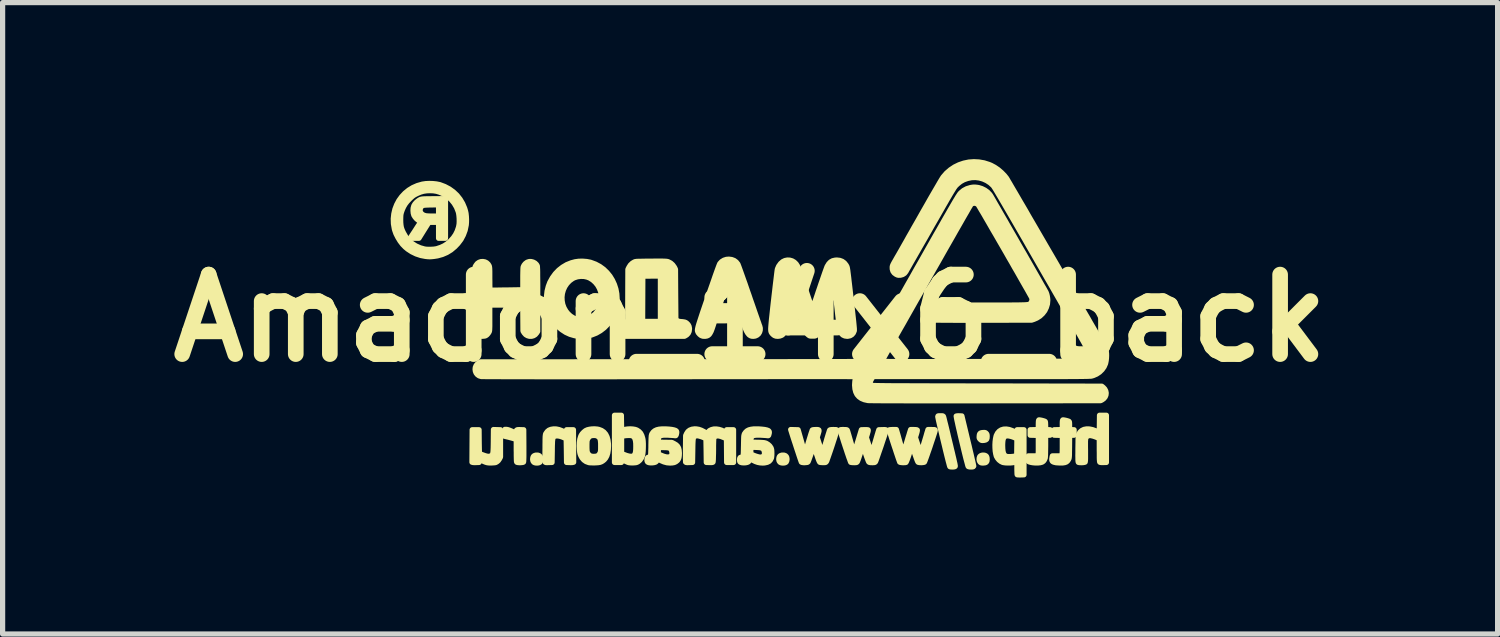
<source format=kicad_pcb>
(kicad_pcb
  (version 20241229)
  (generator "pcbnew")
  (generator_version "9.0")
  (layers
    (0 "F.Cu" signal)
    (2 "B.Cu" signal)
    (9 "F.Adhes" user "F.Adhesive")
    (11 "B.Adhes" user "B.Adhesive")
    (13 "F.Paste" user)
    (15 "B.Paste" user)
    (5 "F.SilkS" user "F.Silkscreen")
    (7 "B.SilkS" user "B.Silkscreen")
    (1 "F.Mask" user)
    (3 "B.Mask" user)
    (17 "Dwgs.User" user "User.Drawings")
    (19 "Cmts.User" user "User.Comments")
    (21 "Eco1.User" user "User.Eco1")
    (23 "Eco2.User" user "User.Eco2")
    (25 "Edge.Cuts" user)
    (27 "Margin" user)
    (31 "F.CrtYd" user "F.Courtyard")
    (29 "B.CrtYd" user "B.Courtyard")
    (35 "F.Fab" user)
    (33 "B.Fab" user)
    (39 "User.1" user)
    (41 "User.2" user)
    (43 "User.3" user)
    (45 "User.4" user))
  (footprint "Amadon_14x6_back"
    (layer "F.Cu")
    (at 11.328 3.048)
    (property "Reference" "Amadon_14x6_back" (at 0 0 0) (layer "F.SilkS") (effects (font (size 1.524 1.524) (thickness 0.3))))
    (attr through_hole)
    (fp_poly (pts (xy -4.01 2.703) (xy -4.014 2.734) (xy -4.025 2.758) (xy -4.03 2.763) (xy -4.047 2.772) (xy -4.072 2.777) (xy -4.101 2.777) (xy -4.127 2.772) (xy -4.145 2.763) (xy -4.146 2.762) (xy -4.162 2.74) (xy -4.168 2.711) (xy -4.166 2.685) (xy -4.158 2.656) (xy -4.141 2.638) (xy -4.114 2.628) (xy -4.105 2.626) (xy -4.069 2.626) (xy -4.041 2.636) (xy -4.021 2.656) (xy -4.015 2.671) (xy -4.01 2.703)) (stroke (width 0.1) (type solid)) (fill yes) (layer "F.SilkS"))
    (fp_poly (pts (xy 0.708 2.703) (xy 0.704 2.734) (xy 0.693 2.758) (xy 0.689 2.763) (xy 0.671 2.772) (xy 0.646 2.777) (xy 0.617 2.777) (xy 0.591 2.772) (xy 0.573 2.763) (xy 0.572 2.762) (xy 0.556 2.74) (xy 0.55 2.711) (xy 0.552 2.685) (xy 0.56 2.656) (xy 0.577 2.638) (xy 0.604 2.628) (xy 0.613 2.626) (xy 0.649 2.626) (xy 0.678 2.636) (xy 0.697 2.656) (xy 0.703 2.671) (xy 0.708 2.703)) (stroke (width 0.1) (type solid)) (fill yes) (layer "F.SilkS"))
    (fp_poly (pts (xy 4.544 2.71) (xy 4.541 2.74) (xy 4.53 2.76) (xy 4.51 2.772) (xy 4.479 2.776) (xy 4.466 2.777) (xy 4.441 2.776) (xy 4.424 2.772) (xy 4.412 2.763) (xy 4.408 2.76) (xy 4.396 2.739) (xy 4.39 2.711) (xy 4.392 2.681) (xy 4.401 2.656) (xy 4.405 2.649) (xy 4.425 2.634) (xy 4.454 2.626) (xy 4.487 2.627) (xy 4.5 2.63) (xy 4.522 2.639) (xy 4.535 2.655) (xy 4.542 2.68) (xy 4.544 2.71)) (stroke (width 0.1) (type solid)) (fill yes) (layer "F.SilkS"))
    (fp_poly (pts (xy 4.544 2.268) (xy 4.542 2.3) (xy 4.534 2.322) (xy 4.517 2.335) (xy 4.491 2.342) (xy 4.476 2.344) (xy 4.452 2.345) (xy 4.436 2.343) (xy 4.425 2.337) (xy 4.411 2.325) (xy 4.399 2.311) (xy 4.393 2.3) (xy 4.391 2.284) (xy 4.392 2.261) (xy 4.396 2.231) (xy 4.405 2.212) (xy 4.42 2.201) (xy 4.445 2.195) (xy 4.464 2.193) (xy 4.489 2.192) (xy 4.505 2.194) (xy 4.516 2.199) (xy 4.526 2.208) (xy 4.537 2.221) (xy 4.542 2.236) (xy 4.544 2.257) (xy 4.544 2.268)) (stroke (width 0.1) (type solid)) (fill yes) (layer "F.SilkS"))
    (fp_poly (pts (xy 4.287 2.835) (xy 4.281 2.846) (xy 4.276 2.849) (xy 4.258 2.852) (xy 4.235 2.853) (xy 4.21 2.852) (xy 4.19 2.848) (xy 4.181 2.844) (xy 4.177 2.836) (xy 4.171 2.816) (xy 4.163 2.785) (xy 4.152 2.744) (xy 4.139 2.696) (xy 4.125 2.64) (xy 4.11 2.579) (xy 4.094 2.513) (xy 4.078 2.445) (xy 4.061 2.375) (xy 4.044 2.305) (xy 4.028 2.236) (xy 4.013 2.169) (xy 3.998 2.106) (xy 3.985 2.048) (xy 3.974 1.996) (xy 3.964 1.952) (xy 3.957 1.917) (xy 3.953 1.892) (xy 3.951 1.879) (xy 3.951 1.877) (xy 3.961 1.875) (xy 3.98 1.873) (xy 4.006 1.873) (xy 4.009 1.873) (xy 4.06 1.875) (xy 4.121 2.129) (xy 4.149 2.245) (xy 4.174 2.351) (xy 4.198 2.449) (xy 4.218 2.536) (xy 4.237 2.614) (xy 4.252 2.68) (xy 4.265 2.736) (xy 4.275 2.779) (xy 4.282 2.811) (xy 4.286 2.83) (xy 4.287 2.835)) (stroke (width 0.1) (type solid)) (fill yes) (layer "F.SilkS"))
    (fp_poly (pts (xy -4.337 2.594) (xy -4.337 2.649) (xy -4.338 2.692) (xy -4.339 2.724) (xy -4.34 2.746) (xy -4.342 2.758) (xy -4.343 2.76) (xy -4.354 2.765) (xy -4.375 2.768) (xy -4.401 2.77) (xy -4.428 2.77) (xy -4.452 2.768) (xy -4.469 2.764) (xy -4.473 2.761) (xy -4.476 2.755) (xy -4.478 2.739) (xy -4.479 2.715) (xy -4.48 2.679) (xy -4.481 2.633) (xy -4.481 2.574) (xy -4.482 2.539) (xy -4.482 2.325) (xy -4.54 2.307) (xy -4.576 2.297) (xy -4.616 2.286) (xy -4.651 2.277) (xy -4.653 2.277) (xy -4.708 2.264) (xy -4.71 2.232) (xy -4.71 2.205) (xy -4.707 2.175) (xy -4.706 2.167) (xy -4.7 2.133) (xy -4.669 2.133) (xy -4.645 2.137) (xy -4.614 2.147) (xy -4.58 2.161) (xy -4.545 2.177) (xy -4.515 2.195) (xy -4.509 2.199) (xy -4.495 2.208) (xy -4.486 2.213) (xy -4.486 2.213) (xy -4.483 2.207) (xy -4.482 2.191) (xy -4.481 2.183) (xy -4.481 2.163) (xy -4.477 2.149) (xy -4.468 2.141) (xy -4.451 2.138) (xy -4.424 2.137) (xy -4.404 2.138) (xy -4.339 2.14) (xy -4.337 2.445) (xy -4.337 2.526) (xy -4.337 2.594)) (stroke (width 0.1) (type solid)) (fill yes) (layer "F.SilkS"))
    (fp_poly (pts (xy 3.933 2.835) (xy 3.932 2.84) (xy 3.931 2.842) (xy 3.93 2.844) (xy 3.93 2.844) (xy 3.92 2.849) (xy 3.9 2.852) (xy 3.876 2.853) (xy 3.853 2.852) (xy 3.835 2.85) (xy 3.829 2.847) (xy 3.826 2.84) (xy 3.82 2.82) (xy 3.812 2.789) (xy 3.801 2.749) (xy 3.789 2.701) (xy 3.775 2.646) (xy 3.76 2.585) (xy 3.744 2.52) (xy 3.728 2.452) (xy 3.711 2.382) (xy 3.694 2.312) (xy 3.678 2.243) (xy 3.662 2.176) (xy 3.647 2.114) (xy 3.634 2.056) (xy 3.622 2.004) (xy 3.612 1.961) (xy 3.605 1.926) (xy 3.6 1.901) (xy 3.598 1.889) (xy 3.598 1.888) (xy 3.599 1.88) (xy 3.603 1.875) (xy 3.614 1.873) (xy 3.635 1.872) (xy 3.65 1.872) (xy 3.677 1.872) (xy 3.693 1.874) (xy 3.702 1.878) (xy 3.707 1.885) (xy 3.708 1.888) (xy 3.711 1.897) (xy 3.717 1.919) (xy 3.725 1.952) (xy 3.735 1.994) (xy 3.748 2.044) (xy 3.762 2.101) (xy 3.777 2.163) (xy 3.793 2.23) (xy 3.795 2.241) (xy 3.82 2.344) (xy 3.842 2.435) (xy 3.86 2.513) (xy 3.877 2.581) (xy 3.89 2.638) (xy 3.902 2.687) (xy 3.911 2.727) (xy 3.918 2.759) (xy 3.924 2.784) (xy 3.928 2.804) (xy 3.93 2.818) (xy 3.932 2.828) (xy 3.933 2.835)) (stroke (width 0.1) (type solid)) (fill yes) (layer "F.SilkS"))
    (fp_poly (pts (xy 5.752 2.244) (xy 5.708 2.246) (xy 5.665 2.248) (xy 5.665 2.452) (xy 5.664 2.517) (xy 5.663 2.574) (xy 5.662 2.62) (xy 5.66 2.654) (xy 5.658 2.677) (xy 5.657 2.683) (xy 5.643 2.717) (xy 5.624 2.743) (xy 5.598 2.761) (xy 5.562 2.771) (xy 5.516 2.776) (xy 5.494 2.776) (xy 5.458 2.775) (xy 5.423 2.772) (xy 5.392 2.767) (xy 5.383 2.765) (xy 5.353 2.757) (xy 5.335 2.748) (xy 5.326 2.735) (xy 5.325 2.715) (xy 5.328 2.688) (xy 5.334 2.641) (xy 5.415 2.641) (xy 5.446 2.641) (xy 5.471 2.641) (xy 5.49 2.638) (xy 5.504 2.633) (xy 5.514 2.622) (xy 5.52 2.605) (xy 5.524 2.58) (xy 5.525 2.546) (xy 5.525 2.502) (xy 5.525 2.445) (xy 5.525 2.431) (xy 5.525 2.248) (xy 5.447 2.246) (xy 5.369 2.244) (xy 5.369 2.192) (xy 5.369 2.14) (xy 5.447 2.138) (xy 5.525 2.136) (xy 5.525 2.045) (xy 5.526 2.007) (xy 5.527 1.981) (xy 5.529 1.964) (xy 5.532 1.955) (xy 5.536 1.951) (xy 5.547 1.951) (xy 5.568 1.954) (xy 5.593 1.959) (xy 5.619 1.966) (xy 5.641 1.973) (xy 5.652 1.978) (xy 5.658 1.982) (xy 5.661 1.991) (xy 5.663 2.006) (xy 5.664 2.031) (xy 5.665 2.06) (xy 5.665 2.136) (xy 5.708 2.138) (xy 5.752 2.14) (xy 5.752 2.192) (xy 5.752 2.244)) (stroke (width 0.1) (type solid)) (fill yes) (layer "F.SilkS"))
    (fp_poly (pts (xy -4.784 2.662) (xy -4.802 2.697) (xy -4.825 2.731) (xy -4.849 2.752) (xy -4.864 2.761) (xy -4.877 2.768) (xy -4.892 2.771) (xy -4.914 2.773) (xy -4.945 2.775) (xy -4.953 2.775) (xy -4.99 2.776) (xy -5.017 2.774) (xy -5.039 2.771) (xy -5.061 2.765) (xy -5.073 2.761) (xy -5.102 2.749) (xy -5.132 2.735) (xy -5.15 2.726) (xy -5.169 2.715) (xy -5.182 2.708) (xy -5.186 2.707) (xy -5.189 2.713) (xy -5.192 2.729) (xy -5.193 2.737) (xy -5.195 2.766) (xy -5.247 2.768) (xy -5.275 2.769) (xy -5.299 2.768) (xy -5.314 2.767) (xy -5.315 2.766) (xy -5.331 2.762) (xy -5.329 2.451) (xy -5.327 2.14) (xy -5.261 2.14) (xy -5.195 2.14) (xy -5.193 2.364) (xy -5.192 2.43) (xy -5.191 2.483) (xy -5.19 2.525) (xy -5.189 2.556) (xy -5.187 2.577) (xy -5.185 2.589) (xy -5.183 2.594) (xy -5.167 2.603) (xy -5.142 2.614) (xy -5.112 2.625) (xy -5.081 2.636) (xy -5.053 2.644) (xy -5.034 2.648) (xy -5.005 2.65) (xy -4.982 2.645) (xy -4.972 2.64) (xy -4.96 2.634) (xy -4.95 2.627) (xy -4.942 2.618) (xy -4.935 2.604) (xy -4.931 2.586) (xy -4.927 2.562) (xy -4.925 2.529) (xy -4.923 2.487) (xy -4.922 2.435) (xy -4.921 2.37) (xy -4.921 2.357) (xy -4.919 2.136) (xy -4.852 2.138) (xy -4.784 2.14) (xy -4.784 2.401) (xy -4.784 2.662)) (stroke (width 0.1) (type solid)) (fill yes) (layer "F.SilkS"))
    (fp_poly (pts (xy -3.382 2.762) (xy -3.398 2.766) (xy -3.412 2.768) (xy -3.436 2.769) (xy -3.464 2.768) (xy -3.466 2.768) (xy -3.518 2.766) (xy -3.521 2.54) (xy -3.525 2.314) (xy -3.556 2.298) (xy -3.605 2.277) (xy -3.651 2.263) (xy -3.693 2.257) (xy -3.727 2.259) (xy -3.753 2.269) (xy -3.759 2.273) (xy -3.767 2.281) (xy -3.773 2.29) (xy -3.778 2.301) (xy -3.782 2.316) (xy -3.785 2.337) (xy -3.788 2.364) (xy -3.789 2.401) (xy -3.791 2.447) (xy -3.792 2.505) (xy -3.792 2.543) (xy -3.796 2.766) (xy -3.861 2.768) (xy -3.893 2.769) (xy -3.913 2.768) (xy -3.924 2.765) (xy -3.929 2.76) (xy -3.93 2.751) (xy -3.93 2.73) (xy -3.931 2.698) (xy -3.931 2.657) (xy -3.931 2.609) (xy -3.931 2.554) (xy -3.93 2.496) (xy -3.93 2.494) (xy -3.93 2.427) (xy -3.929 2.373) (xy -3.929 2.33) (xy -3.928 2.296) (xy -3.927 2.27) (xy -3.925 2.251) (xy -3.923 2.237) (xy -3.921 2.226) (xy -3.918 2.218) (xy -3.914 2.21) (xy -3.913 2.209) (xy -3.888 2.174) (xy -3.857 2.148) (xy -3.817 2.132) (xy -3.769 2.124) (xy -3.716 2.125) (xy -3.663 2.136) (xy -3.607 2.157) (xy -3.582 2.169) (xy -3.558 2.182) (xy -3.539 2.191) (xy -3.528 2.197) (xy -3.527 2.198) (xy -3.524 2.193) (xy -3.521 2.178) (xy -3.52 2.17) (xy -3.518 2.14) (xy -3.452 2.14) (xy -3.386 2.14) (xy -3.384 2.451) (xy -3.382 2.762)) (stroke (width 0.1) (type solid)) (fill yes) (layer "F.SilkS"))
    (fp_poly (pts (xy 6.211 2.244) (xy 6.168 2.246) (xy 6.125 2.248) (xy 6.123 2.466) (xy 6.122 2.526) (xy 6.121 2.575) (xy 6.121 2.612) (xy 6.12 2.641) (xy 6.118 2.663) (xy 6.116 2.678) (xy 6.114 2.69) (xy 6.11 2.699) (xy 6.106 2.708) (xy 6.103 2.714) (xy 6.085 2.74) (xy 6.063 2.758) (xy 6.034 2.769) (xy 5.996 2.775) (xy 5.954 2.776) (xy 5.92 2.775) (xy 5.888 2.773) (xy 5.863 2.771) (xy 5.854 2.769) (xy 5.821 2.761) (xy 5.8 2.751) (xy 5.789 2.738) (xy 5.784 2.721) (xy 5.784 2.697) (xy 5.788 2.672) (xy 5.788 2.669) (xy 5.794 2.641) (xy 5.876 2.641) (xy 5.907 2.641) (xy 5.931 2.641) (xy 5.95 2.638) (xy 5.963 2.632) (xy 5.973 2.621) (xy 5.979 2.604) (xy 5.983 2.579) (xy 5.984 2.544) (xy 5.985 2.499) (xy 5.985 2.442) (xy 5.985 2.428) (xy 5.985 2.248) (xy 5.906 2.246) (xy 5.828 2.244) (xy 5.828 2.192) (xy 5.828 2.14) (xy 5.906 2.138) (xy 5.985 2.136) (xy 5.985 2.045) (xy 5.985 2.007) (xy 5.986 1.981) (xy 5.988 1.964) (xy 5.991 1.955) (xy 5.995 1.951) (xy 6.007 1.951) (xy 6.027 1.954) (xy 6.052 1.959) (xy 6.078 1.966) (xy 6.1 1.973) (xy 6.112 1.978) (xy 6.117 1.982) (xy 6.121 1.991) (xy 6.123 2.006) (xy 6.124 2.031) (xy 6.124 2.06) (xy 6.124 2.136) (xy 6.167 2.138) (xy 6.211 2.14) (xy 6.211 2.192) (xy 6.211 2.244)) (stroke (width 0.1) (type solid)) (fill yes) (layer "F.SilkS"))
    (fp_poly (pts (xy 6.83 2.766) (xy 6.772 2.768) (xy 6.738 2.768) (xy 6.715 2.766) (xy 6.704 2.762) (xy 6.701 2.758) (xy 6.699 2.748) (xy 6.698 2.733) (xy 6.696 2.71) (xy 6.695 2.678) (xy 6.695 2.636) (xy 6.695 2.583) (xy 6.694 2.532) (xy 6.694 2.309) (xy 6.65 2.289) (xy 6.618 2.276) (xy 6.583 2.264) (xy 6.56 2.258) (xy 6.533 2.252) (xy 6.514 2.25) (xy 6.497 2.252) (xy 6.484 2.256) (xy 6.462 2.266) (xy 6.447 2.281) (xy 6.44 2.293) (xy 6.437 2.301) (xy 6.433 2.311) (xy 6.431 2.322) (xy 6.43 2.338) (xy 6.428 2.359) (xy 6.428 2.387) (xy 6.428 2.424) (xy 6.428 2.472) (xy 6.429 2.532) (xy 6.429 2.535) (xy 6.429 2.601) (xy 6.429 2.653) (xy 6.429 2.694) (xy 6.428 2.724) (xy 6.426 2.744) (xy 6.424 2.756) (xy 6.423 2.76) (xy 6.412 2.764) (xy 6.392 2.768) (xy 6.366 2.77) (xy 6.339 2.77) (xy 6.314 2.769) (xy 6.297 2.766) (xy 6.292 2.764) (xy 6.29 2.76) (xy 6.288 2.75) (xy 6.286 2.734) (xy 6.285 2.711) (xy 6.285 2.678) (xy 6.284 2.635) (xy 6.285 2.581) (xy 6.285 2.514) (xy 6.285 2.505) (xy 6.286 2.437) (xy 6.287 2.383) (xy 6.287 2.339) (xy 6.288 2.305) (xy 6.29 2.279) (xy 6.291 2.259) (xy 6.293 2.245) (xy 6.296 2.234) (xy 6.299 2.225) (xy 6.3 2.223) (xy 6.325 2.183) (xy 6.359 2.153) (xy 6.4 2.133) (xy 6.449 2.124) (xy 6.503 2.125) (xy 6.563 2.137) (xy 6.626 2.16) (xy 6.644 2.167) (xy 6.694 2.191) (xy 6.696 2.026) (xy 6.698 1.862) (xy 6.764 1.862) (xy 6.83 1.862) (xy 6.83 2.314) (xy 6.83 2.766)) (stroke (width 0.1) (type solid)) (fill yes) (layer "F.SilkS"))
    (fp_poly (pts (xy -5.839 -1.531) (xy -5.905 -1.531) (xy -5.971 -1.531) (xy -5.971 -1.684) (xy -5.971 -1.837) (xy -5.971 -1.955) (xy -5.971 -2.064) (xy -5.971 -2.172) (xy -6.115 -2.17) (xy -6.168 -2.169) (xy -6.209 -2.167) (xy -6.24 -2.165) (xy -6.263 -2.161) (xy -6.279 -2.155) (xy -6.292 -2.147) (xy -6.302 -2.136) (xy -6.311 -2.121) (xy -6.312 -2.12) (xy -6.325 -2.087) (xy -6.325 -2.053) (xy -6.313 -2.022) (xy -6.29 -1.996) (xy -6.265 -1.979) (xy -6.247 -1.971) (xy -6.229 -1.966) (xy -6.21 -1.961) (xy -6.185 -1.959) (xy -6.154 -1.957) (xy -6.112 -1.956) (xy -6.084 -1.956) (xy -5.971 -1.955) (xy -5.971 -1.837) (xy -6.063 -1.837) (xy -6.156 -1.837) (xy -6.252 -1.684) (xy -6.347 -1.531) (xy -6.43 -1.531) (xy -6.463 -1.531) (xy -6.489 -1.532) (xy -6.507 -1.533) (xy -6.514 -1.534) (xy -6.514 -1.534) (xy -6.51 -1.541) (xy -6.5 -1.558) (xy -6.484 -1.583) (xy -6.463 -1.615) (xy -6.438 -1.652) (xy -6.413 -1.691) (xy -6.386 -1.733) (xy -6.362 -1.77) (xy -6.341 -1.801) (xy -6.325 -1.826) (xy -6.315 -1.842) (xy -6.312 -1.848) (xy -6.317 -1.852) (xy -6.332 -1.859) (xy -6.336 -1.861) (xy -6.364 -1.878) (xy -6.394 -1.903) (xy -6.421 -1.934) (xy -6.441 -1.965) (xy -6.445 -1.971) (xy -6.457 -2.014) (xy -6.461 -2.062) (xy -6.458 -2.11) (xy -6.446 -2.153) (xy -6.445 -2.155) (xy -6.424 -2.19) (xy -6.393 -2.224) (xy -6.357 -2.253) (xy -6.327 -2.271) (xy -6.318 -2.275) (xy -6.308 -2.278) (xy -6.296 -2.281) (xy -6.28 -2.283) (xy -6.259 -2.285) (xy -6.232 -2.286) (xy -6.196 -2.287) (xy -6.15 -2.287) (xy -6.092 -2.288) (xy -6.066 -2.288) (xy -5.839 -2.29) (xy -5.839 -1.911) (xy -5.839 -1.531)) (stroke (width 0.1) (type solid)) (fill yes) (layer "F.SilkS"))
    (fp_poly (pts (xy -1.162 0.208) (xy -1.168 0.254) (xy -1.185 0.291) (xy -1.213 0.321) (xy -1.227 0.33) (xy -1.257 0.348) (xy -1.719 0.348) (xy -1.719 0.063) (xy -1.719 -0.372) (xy -1.719 -0.807) (xy -1.888 -0.806) (xy -2.056 -0.804) (xy -2.058 -0.371) (xy -2.06 0.063) (xy -1.889 0.063) (xy -1.719 0.063) (xy -1.719 0.348) (xy -1.824 0.348) (xy -2.391 0.348) (xy -2.419 0.33) (xy -2.451 0.304) (xy -2.471 0.273) (xy -2.481 0.236) (xy -2.483 0.216) (xy -2.483 0.188) (xy -2.48 0.168) (xy -2.472 0.149) (xy -2.469 0.143) (xy -2.445 0.111) (xy -2.415 0.087) (xy -2.383 0.073) (xy -2.374 0.072) (xy -2.346 0.068) (xy -2.344 -0.434) (xy -2.342 -0.936) (xy -2.322 -0.976) (xy -2.295 -1.018) (xy -2.258 -1.053) (xy -2.225 -1.073) (xy -2.217 -1.077) (xy -2.21 -1.08) (xy -2.201 -1.083) (xy -2.189 -1.085) (xy -2.173 -1.087) (xy -2.151 -1.088) (xy -2.122 -1.089) (xy -2.085 -1.089) (xy -2.038 -1.09) (xy -1.98 -1.091) (xy -1.91 -1.091) (xy -1.899 -1.091) (xy -1.827 -1.092) (xy -1.767 -1.092) (xy -1.719 -1.092) (xy -1.68 -1.092) (xy -1.649 -1.091) (xy -1.626 -1.09) (xy -1.608 -1.089) (xy -1.594 -1.087) (xy -1.582 -1.085) (xy -1.573 -1.082) (xy -1.563 -1.078) (xy -1.521 -1.056) (xy -1.483 -1.022) (xy -1.453 -0.981) (xy -1.447 -0.971) (xy -1.43 -0.936) (xy -1.427 -0.457) (xy -1.423 0.022) (xy -1.401 0.042) (xy -1.385 0.053) (xy -1.368 0.06) (xy -1.343 0.065) (xy -1.331 0.066) (xy -1.294 0.069) (xy -1.268 0.073) (xy -1.249 0.077) (xy -1.235 0.083) (xy -1.222 0.091) (xy -1.217 0.094) (xy -1.188 0.123) (xy -1.17 0.156) (xy -1.162 0.197) (xy -1.162 0.208)) (stroke (width 0.1) (type solid)) (fill yes) (layer "F.SilkS"))
    (fp_poly (pts (xy -2.047 2.453) (xy -2.048 2.501) (xy -2.05 2.546) (xy -2.054 2.587) (xy -2.059 2.619) (xy -2.062 2.634) (xy -2.083 2.682) (xy -2.111 2.722) (xy -2.144 2.751) (xy -2.148 2.753) (xy -2.166 2.763) (xy -2.184 2.769) (xy -2.19 2.77) (xy -2.19 2.46) (xy -2.191 2.398) (xy -2.197 2.349) (xy -2.208 2.31) (xy -2.224 2.282) (xy -2.246 2.263) (xy -2.274 2.252) (xy -2.28 2.251) (xy -2.304 2.249) (xy -2.336 2.249) (xy -2.371 2.251) (xy -2.406 2.255) (xy -2.434 2.261) (xy -2.437 2.262) (xy -2.463 2.269) (xy -2.463 2.432) (xy -2.463 2.594) (xy -2.427 2.61) (xy -2.367 2.633) (xy -2.317 2.646) (xy -2.276 2.65) (xy -2.245 2.644) (xy -2.222 2.628) (xy -2.222 2.628) (xy -2.21 2.609) (xy -2.2 2.585) (xy -2.194 2.553) (xy -2.191 2.512) (xy -2.19 2.46) (xy -2.19 2.77) (xy -2.206 2.772) (xy -2.236 2.774) (xy -2.244 2.775) (xy -2.284 2.774) (xy -2.317 2.771) (xy -2.335 2.767) (xy -2.355 2.759) (xy -2.382 2.747) (xy -2.408 2.734) (xy -2.43 2.722) (xy -2.448 2.713) (xy -2.457 2.709) (xy -2.458 2.708) (xy -2.461 2.713) (xy -2.464 2.728) (xy -2.465 2.736) (xy -2.467 2.766) (xy -2.533 2.766) (xy -2.599 2.766) (xy -2.599 2.314) (xy -2.599 1.862) (xy -2.533 1.862) (xy -2.467 1.862) (xy -2.465 2.007) (xy -2.464 2.055) (xy -2.464 2.091) (xy -2.463 2.117) (xy -2.461 2.134) (xy -2.459 2.143) (xy -2.456 2.147) (xy -2.452 2.147) (xy -2.451 2.147) (xy -2.405 2.134) (xy -2.353 2.126) (xy -2.299 2.123) (xy -2.247 2.126) (xy -2.201 2.134) (xy -2.169 2.146) (xy -2.129 2.172) (xy -2.097 2.206) (xy -2.074 2.251) (xy -2.057 2.307) (xy -2.052 2.333) (xy -2.049 2.366) (xy -2.047 2.407) (xy -2.047 2.453)) (stroke (width 0.1) (type solid)) (fill yes) (layer "F.SilkS"))
    (fp_poly (pts (xy 5.25 3.003) (xy 5.188 3.005) (xy 5.159 3.005) (xy 5.136 3.004) (xy 5.122 3.003) (xy 5.12 3.002) (xy 5.118 2.994) (xy 5.117 2.974) (xy 5.116 2.945) (xy 5.115 2.913) (xy 5.115 2.317) (xy 5.092 2.303) (xy 5.064 2.289) (xy 5.029 2.276) (xy 4.992 2.265) (xy 4.957 2.258) (xy 4.928 2.256) (xy 4.922 2.257) (xy 4.896 2.263) (xy 4.876 2.275) (xy 4.861 2.296) (xy 4.85 2.326) (xy 4.844 2.366) (xy 4.841 2.418) (xy 4.841 2.446) (xy 4.843 2.505) (xy 4.848 2.552) (xy 4.857 2.589) (xy 4.87 2.616) (xy 4.889 2.636) (xy 4.913 2.649) (xy 4.916 2.65) (xy 4.936 2.654) (xy 4.966 2.655) (xy 5 2.654) (xy 5.035 2.651) (xy 5.067 2.646) (xy 5.08 2.642) (xy 5.111 2.633) (xy 5.113 2.475) (xy 5.115 2.317) (xy 5.115 2.913) (xy 5.115 2.909) (xy 5.115 2.876) (xy 5.115 2.837) (xy 5.114 2.803) (xy 5.113 2.777) (xy 5.111 2.761) (xy 5.11 2.756) (xy 5.101 2.758) (xy 5.082 2.762) (xy 5.063 2.766) (xy 5.027 2.772) (xy 4.984 2.776) (xy 4.939 2.776) (xy 4.895 2.774) (xy 4.859 2.769) (xy 4.844 2.766) (xy 4.807 2.748) (xy 4.771 2.72) (xy 4.742 2.685) (xy 4.72 2.646) (xy 4.719 2.643) (xy 4.708 2.6) (xy 4.699 2.548) (xy 4.695 2.489) (xy 4.694 2.429) (xy 4.697 2.369) (xy 4.704 2.314) (xy 4.714 2.267) (xy 4.719 2.25) (xy 4.743 2.203) (xy 4.775 2.167) (xy 4.814 2.142) (xy 4.86 2.128) (xy 4.911 2.126) (xy 4.967 2.135) (xy 5.027 2.156) (xy 5.054 2.169) (xy 5.078 2.182) (xy 5.097 2.191) (xy 5.108 2.197) (xy 5.109 2.198) (xy 5.112 2.193) (xy 5.115 2.178) (xy 5.116 2.17) (xy 5.118 2.14) (xy 5.184 2.14) (xy 5.25 2.14) (xy 5.25 2.571) (xy 5.25 3.003)) (stroke (width 0.1) (type solid)) (fill yes) (layer "F.SilkS"))
    (fp_poly (pts (xy -2.714 2.446) (xy -2.718 2.522) (xy -2.728 2.586) (xy -2.745 2.64) (xy -2.769 2.684) (xy -2.795 2.715) (xy -2.822 2.737) (xy -2.848 2.753) (xy -2.864 2.759) (xy -2.864 2.465) (xy -2.864 2.45) (xy -2.864 2.4) (xy -2.867 2.362) (xy -2.871 2.334) (xy -2.877 2.312) (xy -2.887 2.295) (xy -2.901 2.28) (xy -2.909 2.273) (xy -2.935 2.257) (xy -2.967 2.249) (xy -3.009 2.249) (xy -3.017 2.249) (xy -3.052 2.256) (xy -3.079 2.271) (xy -3.1 2.296) (xy -3.111 2.314) (xy -3.118 2.329) (xy -3.123 2.344) (xy -3.126 2.36) (xy -3.127 2.383) (xy -3.128 2.413) (xy -3.128 2.443) (xy -3.128 2.48) (xy -3.127 2.514) (xy -3.125 2.543) (xy -3.123 2.561) (xy -3.123 2.562) (xy -3.11 2.593) (xy -3.089 2.62) (xy -3.062 2.64) (xy -3.059 2.642) (xy -3.032 2.648) (xy -2.999 2.651) (xy -2.965 2.649) (xy -2.935 2.644) (xy -2.923 2.639) (xy -2.898 2.618) (xy -2.881 2.592) (xy -2.874 2.578) (xy -2.87 2.565) (xy -2.867 2.549) (xy -2.865 2.53) (xy -2.864 2.502) (xy -2.864 2.465) (xy -2.864 2.759) (xy -2.876 2.764) (xy -2.911 2.77) (xy -2.954 2.773) (xy -2.978 2.774) (xy -3.015 2.774) (xy -3.048 2.773) (xy -3.075 2.772) (xy -3.092 2.769) (xy -3.144 2.75) (xy -3.187 2.72) (xy -3.222 2.679) (xy -3.239 2.649) (xy -3.251 2.623) (xy -3.259 2.6) (xy -3.265 2.574) (xy -3.269 2.542) (xy -3.271 2.523) (xy -3.275 2.451) (xy -3.272 2.383) (xy -3.264 2.323) (xy -3.249 2.272) (xy -3.239 2.248) (xy -3.218 2.216) (xy -3.188 2.184) (xy -3.156 2.158) (xy -3.151 2.155) (xy -3.118 2.14) (xy -3.076 2.13) (xy -3.028 2.124) (xy -2.978 2.123) (xy -2.93 2.127) (xy -2.9 2.133) (xy -2.847 2.153) (xy -2.802 2.184) (xy -2.767 2.225) (xy -2.741 2.277) (xy -2.724 2.339) (xy -2.715 2.412) (xy -2.714 2.446)) (stroke (width 0.1) (type solid)) (fill yes) (layer "F.SilkS"))
    (fp_poly (pts (xy -0.317 2.766) (xy -0.383 2.766) (xy -0.449 2.766) (xy -0.451 2.539) (xy -0.453 2.312) (xy -0.503 2.29) (xy -0.556 2.269) (xy -0.6 2.258) (xy -0.636 2.257) (xy -0.664 2.266) (xy -0.685 2.285) (xy -0.689 2.291) (xy -0.692 2.298) (xy -0.695 2.307) (xy -0.697 2.32) (xy -0.698 2.339) (xy -0.699 2.365) (xy -0.7 2.4) (xy -0.701 2.445) (xy -0.701 2.502) (xy -0.701 2.528) (xy -0.702 2.6) (xy -0.704 2.659) (xy -0.705 2.704) (xy -0.707 2.736) (xy -0.709 2.755) (xy -0.711 2.761) (xy -0.72 2.766) (xy -0.738 2.768) (xy -0.767 2.768) (xy -0.779 2.768) (xy -0.839 2.766) (xy -0.842 2.54) (xy -0.846 2.315) (xy -0.868 2.301) (xy -0.895 2.288) (xy -0.927 2.275) (xy -0.961 2.265) (xy -0.991 2.257) (xy -1.011 2.255) (xy -1.034 2.257) (xy -1.055 2.264) (xy -1.057 2.265) (xy -1.067 2.27) (xy -1.075 2.277) (xy -1.081 2.286) (xy -1.086 2.299) (xy -1.09 2.317) (xy -1.093 2.342) (xy -1.095 2.375) (xy -1.097 2.418) (xy -1.098 2.471) (xy -1.099 2.537) (xy -1.099 2.54) (xy -1.103 2.766) (xy -1.167 2.768) (xy -1.199 2.769) (xy -1.219 2.768) (xy -1.231 2.765) (xy -1.236 2.76) (xy -1.236 2.76) (xy -1.237 2.751) (xy -1.237 2.729) (xy -1.238 2.697) (xy -1.238 2.656) (xy -1.238 2.608) (xy -1.238 2.554) (xy -1.238 2.5) (xy -1.235 2.251) (xy -1.217 2.212) (xy -1.192 2.174) (xy -1.158 2.147) (xy -1.115 2.13) (xy -1.064 2.123) (xy -1.031 2.124) (xy -0.983 2.132) (xy -0.934 2.149) (xy -0.883 2.175) (xy -0.868 2.184) (xy -0.824 2.21) (xy -0.806 2.185) (xy -0.778 2.156) (xy -0.74 2.137) (xy -0.696 2.126) (xy -0.647 2.125) (xy -0.595 2.133) (xy -0.543 2.149) (xy -0.5 2.171) (xy -0.453 2.198) (xy -0.451 2.169) (xy -0.449 2.14) (xy -0.383 2.14) (xy -0.317 2.14) (xy -0.317 2.453) (xy -0.317 2.766)) (stroke (width 0.1) (type solid)) (fill yes) (layer "F.SilkS"))
    (fp_poly (pts (xy -2.549 -0.374) (xy -2.554 -0.281) (xy -2.572 -0.187) (xy -2.601 -0.094) (xy -2.623 -0.045) (xy -2.671 0.041) (xy -2.729 0.118) (xy -2.795 0.185) (xy -2.848 0.226) (xy -2.848 -0.362) (xy -2.85 -0.434) (xy -2.864 -0.504) (xy -2.889 -0.571) (xy -2.923 -0.632) (xy -2.967 -0.686) (xy -3.018 -0.732) (xy -3.076 -0.768) (xy -3.124 -0.787) (xy -3.184 -0.8) (xy -3.247 -0.801) (xy -3.31 -0.793) (xy -3.369 -0.774) (xy -3.403 -0.757) (xy -3.462 -0.714) (xy -3.511 -0.662) (xy -3.55 -0.604) (xy -3.579 -0.54) (xy -3.598 -0.472) (xy -3.606 -0.402) (xy -3.603 -0.332) (xy -3.59 -0.262) (xy -3.565 -0.195) (xy -3.529 -0.133) (xy -3.493 -0.088) (xy -3.443 -0.041) (xy -3.388 -0.006) (xy -3.344 0.013) (xy -3.279 0.03) (xy -3.218 0.034) (xy -3.156 0.026) (xy -3.149 0.024) (xy -3.081 0.000058) (xy -3.02 -0.036) (xy -2.967 -0.081) (xy -2.923 -0.137) (xy -2.888 -0.2) (xy -2.863 -0.27) (xy -2.85 -0.345) (xy -2.848 -0.362) (xy -2.848 0.226) (xy -2.869 0.242) (xy -2.949 0.288) (xy -3.036 0.322) (xy -3.114 0.341) (xy -3.15 0.345) (xy -3.195 0.347) (xy -3.244 0.347) (xy -3.293 0.345) (xy -3.337 0.341) (xy -3.365 0.336) (xy -3.451 0.311) (xy -3.532 0.274) (xy -3.609 0.224) (xy -3.68 0.165) (xy -3.743 0.096) (xy -3.797 0.02) (xy -3.841 -0.064) (xy -3.871 -0.143) (xy -3.893 -0.232) (xy -3.903 -0.326) (xy -3.902 -0.422) (xy -3.891 -0.517) (xy -3.868 -0.608) (xy -3.839 -0.685) (xy -3.791 -0.772) (xy -3.734 -0.851) (xy -3.668 -0.92) (xy -3.594 -0.978) (xy -3.513 -1.026) (xy -3.425 -1.061) (xy -3.354 -1.08) (xy -3.283 -1.09) (xy -3.207 -1.091) (xy -3.132 -1.085) (xy -3.061 -1.071) (xy -3.052 -1.068) (xy -2.963 -1.035) (xy -2.881 -0.991) (xy -2.807 -0.937) (xy -2.742 -0.874) (xy -2.685 -0.804) (xy -2.638 -0.727) (xy -2.6 -0.644) (xy -2.572 -0.557) (xy -2.555 -0.467) (xy -2.549 -0.374)) (stroke (width 0.1) (type solid)) (fill yes) (layer "F.SilkS"))
    (fp_poly (pts (xy -4.071 0.255) (xy -4.091 0.286) (xy -4.118 0.317) (xy -4.152 0.338) (xy -4.189 0.348) (xy -4.229 0.348) (xy -4.267 0.337) (xy -4.301 0.317) (xy -4.329 0.286) (xy -4.332 0.282) (xy -4.353 0.248) (xy -4.355 -0.006) (xy -4.357 -0.26) (xy -4.435 -0.255) (xy -4.461 -0.254) (xy -4.499 -0.253) (xy -4.546 -0.252) (xy -4.6 -0.251) (xy -4.658 -0.251) (xy -4.718 -0.251) (xy -4.751 -0.251) (xy -4.99 -0.251) (xy -4.99 -0.005) (xy -4.99 0.06) (xy -4.99 0.113) (xy -4.99 0.154) (xy -4.991 0.187) (xy -4.992 0.211) (xy -4.993 0.23) (xy -4.995 0.243) (xy -4.997 0.254) (xy -5.001 0.262) (xy -5.005 0.271) (xy -5.005 0.271) (xy -5.021 0.295) (xy -5.041 0.318) (xy -5.047 0.323) (xy -5.064 0.335) (xy -5.08 0.342) (xy -5.101 0.345) (xy -5.124 0.347) (xy -5.151 0.347) (xy -5.17 0.345) (xy -5.186 0.34) (xy -5.205 0.329) (xy -5.207 0.328) (xy -5.235 0.304) (xy -5.255 0.277) (xy -5.271 0.247) (xy -5.271 -0.369) (xy -5.271 -0.985) (xy -5.254 -1.014) (xy -5.229 -1.047) (xy -5.196 -1.07) (xy -5.159 -1.083) (xy -5.121 -1.085) (xy -5.083 -1.078) (xy -5.049 -1.061) (xy -5.02 -1.034) (xy -5.003 -1.006) (xy -4.999 -0.997) (xy -4.996 -0.986) (xy -4.994 -0.972) (xy -4.992 -0.954) (xy -4.991 -0.929) (xy -4.99 -0.896) (xy -4.99 -0.853) (xy -4.99 -0.799) (xy -4.99 -0.761) (xy -4.989 -0.692) (xy -4.989 -0.636) (xy -4.988 -0.594) (xy -4.986 -0.564) (xy -4.984 -0.546) (xy -4.982 -0.539) (xy -4.974 -0.538) (xy -4.953 -0.537) (xy -4.921 -0.537) (xy -4.879 -0.537) (xy -4.83 -0.537) (xy -4.774 -0.538) (xy -4.712 -0.539) (xy -4.665 -0.539) (xy -4.356 -0.544) (xy -4.356 -0.751) (xy -4.356 -0.811) (xy -4.355 -0.865) (xy -4.354 -0.91) (xy -4.353 -0.947) (xy -4.351 -0.972) (xy -4.349 -0.983) (xy -4.334 -1.014) (xy -4.31 -1.044) (xy -4.28 -1.067) (xy -4.272 -1.072) (xy -4.235 -1.084) (xy -4.195 -1.084) (xy -4.157 -1.074) (xy -4.122 -1.055) (xy -4.094 -1.028) (xy -4.078 -1) (xy -4.077 -0.99) (xy -4.076 -0.967) (xy -4.074 -0.931) (xy -4.073 -0.883) (xy -4.073 -0.821) (xy -4.072 -0.747) (xy -4.071 -0.659) (xy -4.071 -0.557) (xy -4.071 -0.442) (xy -4.071 -0.363) (xy -4.071 0.255)) (stroke (width 0.1) (type solid)) (fill yes) (layer "F.SilkS"))
    (fp_poly (pts (xy -1.356 2.59) (xy -1.358 2.636) (xy -1.363 2.672) (xy -1.373 2.7) (xy -1.388 2.724) (xy -1.398 2.734) (xy -1.424 2.754) (xy -1.454 2.768) (xy -1.492 2.775) (xy -1.496 2.775) (xy -1.496 2.582) (xy -1.503 2.546) (xy -1.507 2.534) (xy -1.517 2.515) (xy -1.53 2.501) (xy -1.548 2.491) (xy -1.574 2.485) (xy -1.609 2.482) (xy -1.655 2.481) (xy -1.663 2.481) (xy -1.757 2.481) (xy -1.759 2.542) (xy -1.761 2.603) (xy -1.715 2.624) (xy -1.661 2.646) (xy -1.615 2.659) (xy -1.577 2.663) (xy -1.545 2.659) (xy -1.534 2.655) (xy -1.512 2.639) (xy -1.499 2.614) (xy -1.496 2.582) (xy -1.496 2.775) (xy -1.532 2.777) (xy -1.594 2.772) (xy -1.653 2.756) (xy -1.714 2.73) (xy -1.718 2.727) (xy -1.742 2.715) (xy -1.76 2.706) (xy -1.77 2.702) (xy -1.771 2.702) (xy -1.774 2.709) (xy -1.78 2.724) (xy -1.781 2.726) (xy -1.794 2.746) (xy -1.811 2.76) (xy -1.835 2.768) (xy -1.868 2.773) (xy -1.902 2.774) (xy -1.934 2.771) (xy -1.937 2.77) (xy -1.959 2.763) (xy -1.971 2.751) (xy -1.976 2.73) (xy -1.976 2.719) (xy -1.973 2.69) (xy -1.963 2.672) (xy -1.946 2.665) (xy -1.942 2.665) (xy -1.931 2.665) (xy -1.923 2.663) (xy -1.916 2.657) (xy -1.911 2.647) (xy -1.908 2.631) (xy -1.905 2.607) (xy -1.903 2.575) (xy -1.902 2.532) (xy -1.9 2.477) (xy -1.9 2.443) (xy -1.899 2.385) (xy -1.898 2.34) (xy -1.897 2.304) (xy -1.895 2.278) (xy -1.894 2.258) (xy -1.891 2.244) (xy -1.888 2.233) (xy -1.885 2.224) (xy -1.88 2.214) (xy -1.879 2.213) (xy -1.856 2.182) (xy -1.827 2.158) (xy -1.789 2.14) (xy -1.743 2.129) (xy -1.686 2.124) (xy -1.618 2.124) (xy -1.553 2.128) (xy -1.501 2.134) (xy -1.461 2.142) (xy -1.43 2.152) (xy -1.425 2.155) (xy -1.411 2.166) (xy -1.406 2.182) (xy -1.408 2.207) (xy -1.413 2.229) (xy -1.419 2.247) (xy -1.426 2.253) (xy -1.439 2.253) (xy -1.446 2.252) (xy -1.463 2.25) (xy -1.489 2.248) (xy -1.523 2.246) (xy -1.561 2.244) (xy -1.569 2.243) (xy -1.626 2.242) (xy -1.67 2.244) (xy -1.703 2.25) (xy -1.728 2.26) (xy -1.744 2.276) (xy -1.754 2.298) (xy -1.759 2.327) (xy -1.759 2.334) (xy -1.762 2.379) (xy -1.631 2.381) (xy -1.499 2.383) (xy -1.454 2.406) (xy -1.416 2.429) (xy -1.389 2.456) (xy -1.37 2.49) (xy -1.36 2.533) (xy -1.356 2.586) (xy -1.356 2.59)) (stroke (width 0.1) (type solid)) (fill yes) (layer "F.SilkS"))
    (fp_poly (pts (xy 0.417 2.596) (xy 0.416 2.631) (xy 0.413 2.661) (xy 0.41 2.68) (xy 0.391 2.718) (xy 0.365 2.746) (xy 0.329 2.764) (xy 0.283 2.774) (xy 0.277 2.775) (xy 0.277 2.583) (xy 0.271 2.549) (xy 0.259 2.52) (xy 0.254 2.513) (xy 0.238 2.499) (xy 0.217 2.489) (xy 0.188 2.482) (xy 0.149 2.479) (xy 0.098 2.477) (xy 0.094 2.477) (xy 0.014 2.477) (xy 0.014 2.54) (xy 0.014 2.603) (xy 0.057 2.624) (xy 0.097 2.64) (xy 0.138 2.653) (xy 0.174 2.662) (xy 0.198 2.665) (xy 0.219 2.662) (xy 0.241 2.654) (xy 0.243 2.653) (xy 0.263 2.638) (xy 0.273 2.617) (xy 0.277 2.583) (xy 0.277 2.775) (xy 0.243 2.777) (xy 0.193 2.774) (xy 0.147 2.765) (xy 0.101 2.749) (xy 0.056 2.727) (xy 0.033 2.715) (xy 0.015 2.706) (xy 0.005 2.702) (xy 0.004 2.702) (xy -0.011 2.729) (xy -0.029 2.752) (xy -0.035 2.757) (xy -0.056 2.766) (xy -0.085 2.772) (xy -0.118 2.774) (xy -0.151 2.772) (xy -0.163 2.77) (xy -0.184 2.764) (xy -0.196 2.753) (xy -0.201 2.734) (xy -0.202 2.714) (xy -0.199 2.687) (xy -0.19 2.672) (xy -0.174 2.666) (xy -0.166 2.665) (xy -0.156 2.665) (xy -0.148 2.662) (xy -0.141 2.657) (xy -0.137 2.646) (xy -0.133 2.63) (xy -0.13 2.606) (xy -0.128 2.573) (xy -0.127 2.529) (xy -0.126 2.474) (xy -0.125 2.443) (xy -0.124 2.385) (xy -0.123 2.339) (xy -0.122 2.303) (xy -0.121 2.277) (xy -0.119 2.257) (xy -0.116 2.242) (xy -0.113 2.231) (xy -0.11 2.222) (xy -0.107 2.216) (xy -0.085 2.185) (xy -0.058 2.16) (xy -0.024 2.142) (xy 0.018 2.131) (xy 0.071 2.124) (xy 0.135 2.124) (xy 0.162 2.124) (xy 0.228 2.129) (xy 0.28 2.135) (xy 0.321 2.144) (xy 0.35 2.155) (xy 0.363 2.166) (xy 0.369 2.182) (xy 0.367 2.207) (xy 0.361 2.229) (xy 0.356 2.247) (xy 0.349 2.253) (xy 0.336 2.253) (xy 0.328 2.252) (xy 0.312 2.25) (xy 0.285 2.248) (xy 0.251 2.246) (xy 0.214 2.244) (xy 0.205 2.243) (xy 0.149 2.242) (xy 0.105 2.244) (xy 0.071 2.25) (xy 0.047 2.26) (xy 0.031 2.276) (xy 0.021 2.298) (xy 0.016 2.327) (xy 0.015 2.334) (xy 0.012 2.378) (xy 0.144 2.381) (xy 0.191 2.382) (xy 0.226 2.384) (xy 0.253 2.386) (xy 0.272 2.388) (xy 0.288 2.392) (xy 0.302 2.396) (xy 0.312 2.4) (xy 0.346 2.421) (xy 0.377 2.449) (xy 0.4 2.482) (xy 0.409 2.504) (xy 0.414 2.527) (xy 0.416 2.56) (xy 0.417 2.596)) (stroke (width 0.1) (type solid)) (fill yes) (layer "F.SilkS"))
    (fp_poly (pts (xy -5.436 -1.893) (xy -5.437 -1.835) (xy -5.441 -1.785) (xy -5.442 -1.781) (xy -5.462 -1.684) (xy -5.496 -1.593) (xy -5.541 -1.508) (xy -5.575 -1.463) (xy -5.575 -1.856) (xy -5.576 -1.91) (xy -5.58 -1.963) (xy -5.587 -2.011) (xy -5.595 -2.042) (xy -5.628 -2.126) (xy -5.673 -2.202) (xy -5.728 -2.269) (xy -5.792 -2.327) (xy -5.865 -2.374) (xy -5.884 -2.384) (xy -5.947 -2.412) (xy -6.007 -2.431) (xy -6.068 -2.441) (xy -6.135 -2.444) (xy -6.138 -2.444) (xy -6.203 -2.441) (xy -6.262 -2.432) (xy -6.32 -2.415) (xy -6.381 -2.389) (xy -6.395 -2.382) (xy -6.426 -2.366) (xy -6.452 -2.35) (xy -6.476 -2.331) (xy -6.503 -2.307) (xy -6.528 -2.283) (xy -6.575 -2.233) (xy -6.611 -2.186) (xy -6.64 -2.136) (xy -6.665 -2.081) (xy -6.675 -2.053) (xy -6.684 -2.026) (xy -6.69 -2.004) (xy -6.694 -1.983) (xy -6.696 -1.96) (xy -6.697 -1.931) (xy -6.698 -1.892) (xy -6.698 -1.886) (xy -6.697 -1.831) (xy -6.693 -1.786) (xy -6.687 -1.747) (xy -6.676 -1.709) (xy -6.66 -1.669) (xy -6.642 -1.632) (xy -6.598 -1.556) (xy -6.544 -1.489) (xy -6.48 -1.432) (xy -6.407 -1.385) (xy -6.326 -1.349) (xy -6.242 -1.325) (xy -6.205 -1.32) (xy -6.16 -1.318) (xy -6.111 -1.319) (xy -6.062 -1.322) (xy -6.02 -1.328) (xy -6.002 -1.332) (xy -5.928 -1.357) (xy -5.864 -1.387) (xy -5.805 -1.425) (xy -5.749 -1.474) (xy -5.744 -1.479) (xy -5.69 -1.538) (xy -5.648 -1.599) (xy -5.615 -1.665) (xy -5.59 -1.739) (xy -5.584 -1.766) (xy -5.577 -1.806) (xy -5.575 -1.856) (xy -5.575 -1.463) (xy -5.6 -1.43) (xy -5.658 -1.369) (xy -5.733 -1.306) (xy -5.813 -1.257) (xy -5.899 -1.22) (xy -5.992 -1.194) (xy -6.063 -1.183) (xy -6.103 -1.179) (xy -6.137 -1.177) (xy -6.171 -1.178) (xy -6.211 -1.182) (xy -6.225 -1.184) (xy -6.313 -1.201) (xy -6.4 -1.23) (xy -6.485 -1.271) (xy -6.563 -1.322) (xy -6.61 -1.361) (xy -6.662 -1.414) (xy -6.71 -1.477) (xy -6.752 -1.546) (xy -6.788 -1.617) (xy -6.813 -1.688) (xy -6.819 -1.711) (xy -6.836 -1.809) (xy -6.839 -1.905) (xy -6.829 -1.998) (xy -6.808 -2.088) (xy -6.775 -2.174) (xy -6.732 -2.255) (xy -6.678 -2.329) (xy -6.616 -2.395) (xy -6.544 -2.454) (xy -6.464 -2.503) (xy -6.377 -2.541) (xy -6.283 -2.568) (xy -6.277 -2.569) (xy -6.216 -2.578) (xy -6.149 -2.581) (xy -6.08 -2.579) (xy -6.013 -2.572) (xy -5.954 -2.56) (xy -5.946 -2.558) (xy -5.853 -2.523) (xy -5.766 -2.477) (xy -5.688 -2.421) (xy -5.618 -2.355) (xy -5.558 -2.279) (xy -5.509 -2.196) (xy -5.471 -2.106) (xy -5.455 -2.053) (xy -5.445 -2.007) (xy -5.439 -1.951) (xy -5.436 -1.893)) (stroke (width 0.1) (type solid)) (fill yes) (layer "F.SilkS"))
    (fp_poly (pts (xy 1.663 2.153) (xy 1.661 2.162) (xy 1.655 2.183) (xy 1.645 2.214) (xy 1.633 2.253) (xy 1.619 2.298) (xy 1.602 2.349) (xy 1.585 2.402) (xy 1.567 2.457) (xy 1.549 2.511) (xy 1.531 2.564) (xy 1.514 2.613) (xy 1.499 2.656) (xy 1.486 2.693) (xy 1.476 2.721) (xy 1.47 2.739) (xy 1.467 2.744) (xy 1.458 2.758) (xy 1.452 2.764) (xy 1.44 2.768) (xy 1.418 2.769) (xy 1.392 2.769) (xy 1.367 2.768) (xy 1.346 2.766) (xy 1.336 2.763) (xy 1.33 2.755) (xy 1.321 2.738) (xy 1.31 2.711) (xy 1.296 2.672) (xy 1.279 2.621) (xy 1.273 2.605) (xy 1.259 2.561) (xy 1.246 2.523) (xy 1.236 2.491) (xy 1.228 2.467) (xy 1.223 2.453) (xy 1.222 2.451) (xy 1.219 2.457) (xy 1.212 2.474) (xy 1.203 2.5) (xy 1.191 2.535) (xy 1.177 2.575) (xy 1.169 2.599) (xy 1.154 2.643) (xy 1.14 2.682) (xy 1.128 2.716) (xy 1.118 2.741) (xy 1.111 2.756) (xy 1.109 2.759) (xy 1.097 2.765) (xy 1.075 2.768) (xy 1.049 2.77) (xy 1.023 2.77) (xy 1 2.767) (xy 0.985 2.763) (xy 0.983 2.761) (xy 0.98 2.753) (xy 0.973 2.734) (xy 0.963 2.705) (xy 0.95 2.667) (xy 0.935 2.622) (xy 0.919 2.573) (xy 0.901 2.519) (xy 0.883 2.464) (xy 0.865 2.408) (xy 0.847 2.354) (xy 0.83 2.302) (xy 0.815 2.255) (xy 0.802 2.214) (xy 0.792 2.181) (xy 0.784 2.157) (xy 0.783 2.152) (xy 0.778 2.136) (xy 0.85 2.138) (xy 0.921 2.14) (xy 0.984 2.36) (xy 0.999 2.413) (xy 1.014 2.462) (xy 1.026 2.505) (xy 1.037 2.54) (xy 1.045 2.566) (xy 1.05 2.581) (xy 1.051 2.585) (xy 1.054 2.579) (xy 1.06 2.562) (xy 1.07 2.534) (xy 1.081 2.498) (xy 1.095 2.454) (xy 1.11 2.405) (xy 1.12 2.371) (xy 1.136 2.318) (xy 1.151 2.27) (xy 1.164 2.227) (xy 1.176 2.191) (xy 1.185 2.165) (xy 1.19 2.149) (xy 1.192 2.145) (xy 1.203 2.14) (xy 1.229 2.137) (xy 1.26 2.136) (xy 1.289 2.136) (xy 1.308 2.138) (xy 1.318 2.144) (xy 1.322 2.155) (xy 1.319 2.174) (xy 1.311 2.204) (xy 1.304 2.226) (xy 1.286 2.286) (xy 1.336 2.441) (xy 1.35 2.485) (xy 1.363 2.524) (xy 1.374 2.556) (xy 1.382 2.579) (xy 1.387 2.592) (xy 1.388 2.594) (xy 1.391 2.587) (xy 1.396 2.569) (xy 1.405 2.54) (xy 1.416 2.502) (xy 1.43 2.458) (xy 1.444 2.408) (xy 1.455 2.373) (xy 1.47 2.32) (xy 1.485 2.271) (xy 1.498 2.228) (xy 1.51 2.192) (xy 1.518 2.165) (xy 1.524 2.149) (xy 1.526 2.145) (xy 1.537 2.14) (xy 1.561 2.137) (xy 1.598 2.136) (xy 1.628 2.137) (xy 1.647 2.137) (xy 1.658 2.14) (xy 1.662 2.144) (xy 1.663 2.151) (xy 1.663 2.153)) (stroke (width 0.1) (type solid)) (fill yes) (layer "F.SilkS"))
    (fp_poly (pts (xy 2.61 2.146) (xy 2.607 2.156) (xy 2.601 2.177) (xy 2.591 2.207) (xy 2.579 2.246) (xy 2.564 2.292) (xy 2.547 2.342) (xy 2.529 2.396) (xy 2.511 2.451) (xy 2.492 2.506) (xy 2.473 2.56) (xy 2.456 2.61) (xy 2.44 2.656) (xy 2.427 2.694) (xy 2.416 2.725) (xy 2.408 2.745) (xy 2.404 2.754) (xy 2.397 2.762) (xy 2.388 2.767) (xy 2.373 2.769) (xy 2.349 2.77) (xy 2.339 2.77) (xy 2.309 2.769) (xy 2.29 2.766) (xy 2.279 2.762) (xy 2.274 2.757) (xy 2.269 2.747) (xy 2.26 2.726) (xy 2.249 2.696) (xy 2.235 2.659) (xy 2.221 2.617) (xy 2.216 2.603) (xy 2.202 2.56) (xy 2.19 2.523) (xy 2.179 2.491) (xy 2.171 2.469) (xy 2.166 2.456) (xy 2.165 2.455) (xy 2.161 2.46) (xy 2.155 2.476) (xy 2.145 2.502) (xy 2.133 2.535) (xy 2.119 2.575) (xy 2.113 2.594) (xy 2.098 2.637) (xy 2.085 2.677) (xy 2.073 2.711) (xy 2.063 2.736) (xy 2.057 2.751) (xy 2.055 2.754) (xy 2.049 2.762) (xy 2.04 2.767) (xy 2.025 2.769) (xy 2 2.77) (xy 1.992 2.77) (xy 1.965 2.769) (xy 1.943 2.767) (xy 1.93 2.764) (xy 1.929 2.764) (xy 1.925 2.756) (xy 1.918 2.737) (xy 1.908 2.708) (xy 1.894 2.671) (xy 1.879 2.626) (xy 1.862 2.577) (xy 1.845 2.524) (xy 1.826 2.468) (xy 1.808 2.413) (xy 1.79 2.359) (xy 1.774 2.307) (xy 1.759 2.26) (xy 1.746 2.22) (xy 1.736 2.186) (xy 1.729 2.163) (xy 1.726 2.15) (xy 1.726 2.149) (xy 1.727 2.143) (xy 1.733 2.139) (xy 1.747 2.137) (xy 1.77 2.136) (xy 1.792 2.136) (xy 1.823 2.137) (xy 1.844 2.138) (xy 1.856 2.141) (xy 1.862 2.146) (xy 1.864 2.149) (xy 1.867 2.158) (xy 1.874 2.179) (xy 1.883 2.21) (xy 1.895 2.25) (xy 1.908 2.296) (xy 1.923 2.347) (xy 1.932 2.379) (xy 1.994 2.597) (xy 2.006 2.556) (xy 2.012 2.539) (xy 2.021 2.51) (xy 2.032 2.473) (xy 2.045 2.429) (xy 2.06 2.38) (xy 2.076 2.329) (xy 2.076 2.328) (xy 2.133 2.14) (xy 2.195 2.138) (xy 2.223 2.138) (xy 2.246 2.139) (xy 2.261 2.141) (xy 2.263 2.142) (xy 2.265 2.152) (xy 2.261 2.174) (xy 2.252 2.206) (xy 2.249 2.218) (xy 2.228 2.286) (xy 2.279 2.443) (xy 2.293 2.486) (xy 2.306 2.524) (xy 2.318 2.554) (xy 2.326 2.576) (xy 2.332 2.588) (xy 2.334 2.589) (xy 2.337 2.579) (xy 2.343 2.559) (xy 2.352 2.528) (xy 2.363 2.491) (xy 2.376 2.447) (xy 2.386 2.411) (xy 2.401 2.362) (xy 2.415 2.314) (xy 2.428 2.27) (xy 2.439 2.232) (xy 2.448 2.204) (xy 2.451 2.192) (xy 2.468 2.14) (xy 2.539 2.138) (xy 2.571 2.137) (xy 2.592 2.138) (xy 2.604 2.14) (xy 2.609 2.144) (xy 2.61 2.146)) (stroke (width 0.1) (type solid)) (fill yes) (layer "F.SilkS"))
    (fp_poly (pts (xy 3.549 2.152) (xy 3.547 2.162) (xy 3.541 2.184) (xy 3.531 2.215) (xy 3.518 2.255) (xy 3.503 2.301) (xy 3.486 2.351) (xy 3.468 2.405) (xy 3.45 2.46) (xy 3.431 2.516) (xy 3.412 2.569) (xy 3.395 2.619) (xy 3.379 2.664) (xy 3.365 2.702) (xy 3.354 2.732) (xy 3.346 2.752) (xy 3.342 2.76) (xy 3.33 2.765) (xy 3.309 2.768) (xy 3.282 2.77) (xy 3.256 2.769) (xy 3.234 2.766) (xy 3.222 2.763) (xy 3.215 2.755) (xy 3.206 2.736) (xy 3.194 2.705) (xy 3.179 2.663) (xy 3.16 2.608) (xy 3.158 2.603) (xy 3.144 2.56) (xy 3.13 2.522) (xy 3.119 2.491) (xy 3.11 2.468) (xy 3.105 2.456) (xy 3.103 2.455) (xy 3.1 2.463) (xy 3.093 2.482) (xy 3.082 2.51) (xy 3.07 2.546) (xy 3.056 2.587) (xy 3.048 2.611) (xy 3.031 2.662) (xy 3.016 2.704) (xy 3.003 2.736) (xy 2.994 2.757) (xy 2.988 2.765) (xy 2.988 2.766) (xy 2.972 2.769) (xy 2.949 2.77) (xy 2.923 2.77) (xy 2.898 2.768) (xy 2.878 2.765) (xy 2.868 2.76) (xy 2.865 2.752) (xy 2.858 2.733) (xy 2.847 2.703) (xy 2.834 2.665) (xy 2.819 2.62) (xy 2.802 2.57) (xy 2.785 2.517) (xy 2.766 2.461) (xy 2.748 2.406) (xy 2.73 2.351) (xy 2.714 2.3) (xy 2.699 2.253) (xy 2.686 2.213) (xy 2.676 2.18) (xy 2.669 2.157) (xy 2.665 2.145) (xy 2.665 2.144) (xy 2.672 2.14) (xy 2.692 2.138) (xy 2.725 2.136) (xy 2.735 2.136) (xy 2.804 2.136) (xy 2.817 2.18) (xy 2.822 2.198) (xy 2.831 2.228) (xy 2.842 2.266) (xy 2.854 2.311) (xy 2.868 2.36) (xy 2.881 2.406) (xy 2.895 2.454) (xy 2.908 2.497) (xy 2.919 2.534) (xy 2.927 2.563) (xy 2.934 2.581) (xy 2.937 2.589) (xy 2.937 2.589) (xy 2.94 2.582) (xy 2.946 2.564) (xy 2.955 2.537) (xy 2.966 2.502) (xy 2.978 2.461) (xy 2.985 2.437) (xy 3 2.388) (xy 3.015 2.338) (xy 3.029 2.29) (xy 3.042 2.249) (xy 3.052 2.217) (xy 3.053 2.211) (xy 3.077 2.136) (xy 3.139 2.136) (xy 3.17 2.137) (xy 3.19 2.139) (xy 3.201 2.142) (xy 3.206 2.147) (xy 3.205 2.158) (xy 3.201 2.179) (xy 3.194 2.205) (xy 3.189 2.222) (xy 3.169 2.286) (xy 3.217 2.432) (xy 3.231 2.475) (xy 3.244 2.514) (xy 3.254 2.547) (xy 3.263 2.572) (xy 3.267 2.586) (xy 3.268 2.589) (xy 3.27 2.592) (xy 3.271 2.594) (xy 3.273 2.593) (xy 3.275 2.588) (xy 3.279 2.577) (xy 3.285 2.56) (xy 3.292 2.534) (xy 3.303 2.499) (xy 3.316 2.453) (xy 3.332 2.397) (xy 3.347 2.348) (xy 3.361 2.301) (xy 3.374 2.258) (xy 3.384 2.222) (xy 3.392 2.194) (xy 3.396 2.183) (xy 3.41 2.136) (xy 3.48 2.136) (xy 3.511 2.137) (xy 3.531 2.137) (xy 3.543 2.139) (xy 3.548 2.143) (xy 3.549 2.15) (xy 3.549 2.152)) (stroke (width 0.1) (type solid)) (fill yes) (layer "F.SilkS"))
    (fp_poly (pts (xy 0.195 0.191) (xy 0.194 0.232) (xy 0.183 0.269) (xy 0.163 0.302) (xy 0.134 0.327) (xy 0.099 0.343) (xy 0.064 0.348) (xy 0.031 0.346) (xy 0.007 0.338) (xy -0.015 0.324) (xy -0.026 0.313) (xy -0.049 0.284) (xy -0.071 0.245) (xy -0.093 0.194) (xy -0.116 0.131) (xy -0.116 0.13) (xy -0.142 0.049) (xy -0.245 0.049) (xy -0.245 -0.249) (xy -0.247 -0.258) (xy -0.254 -0.279) (xy -0.264 -0.31) (xy -0.277 -0.349) (xy -0.292 -0.395) (xy -0.309 -0.446) (xy -0.322 -0.485) (xy -0.343 -0.546) (xy -0.359 -0.594) (xy -0.373 -0.632) (xy -0.383 -0.661) (xy -0.391 -0.681) (xy -0.398 -0.695) (xy -0.403 -0.704) (xy -0.408 -0.708) (xy -0.412 -0.71) (xy -0.414 -0.71) (xy -0.419 -0.709) (xy -0.423 -0.706) (xy -0.428 -0.7) (xy -0.434 -0.689) (xy -0.441 -0.672) (xy -0.45 -0.647) (xy -0.462 -0.614) (xy -0.476 -0.571) (xy -0.494 -0.517) (xy -0.505 -0.482) (xy -0.523 -0.428) (xy -0.539 -0.378) (xy -0.553 -0.334) (xy -0.566 -0.297) (xy -0.575 -0.269) (xy -0.581 -0.251) (xy -0.583 -0.245) (xy -0.581 -0.242) (xy -0.572 -0.24) (xy -0.556 -0.239) (xy -0.529 -0.238) (xy -0.493 -0.237) (xy -0.444 -0.237) (xy -0.414 -0.237) (xy -0.361 -0.237) (xy -0.32 -0.237) (xy -0.29 -0.237) (xy -0.269 -0.238) (xy -0.255 -0.24) (xy -0.248 -0.242) (xy -0.245 -0.245) (xy -0.245 -0.249) (xy -0.245 0.049) (xy -0.41 0.05) (xy -0.678 0.052) (xy -0.707 0.143) (xy -0.727 0.202) (xy -0.745 0.25) (xy -0.764 0.286) (xy -0.782 0.313) (xy -0.803 0.331) (xy -0.827 0.342) (xy -0.854 0.347) (xy -0.875 0.348) (xy -0.906 0.346) (xy -0.931 0.337) (xy -0.945 0.33) (xy -0.968 0.311) (xy -0.989 0.287) (xy -0.992 0.283) (xy -0.997 0.273) (xy -1.002 0.264) (xy -1.005 0.255) (xy -1.008 0.245) (xy -1.009 0.233) (xy -1.008 0.218) (xy -1.005 0.2) (xy -1 0.177) (xy -0.993 0.149) (xy -0.983 0.115) (xy -0.97 0.074) (xy -0.954 0.025) (xy -0.935 -0.033) (xy -0.913 -0.1) (xy -0.887 -0.177) (xy -0.857 -0.265) (xy -0.822 -0.366) (xy -0.804 -0.419) (xy -0.765 -0.533) (xy -0.729 -0.635) (xy -0.697 -0.727) (xy -0.669 -0.809) (xy -0.644 -0.879) (xy -0.623 -0.937) (xy -0.606 -0.983) (xy -0.593 -1.017) (xy -0.584 -1.038) (xy -0.58 -1.046) (xy -0.546 -1.083) (xy -0.503 -1.11) (xy -0.454 -1.126) (xy -0.407 -1.13) (xy -0.353 -1.123) (xy -0.305 -1.105) (xy -0.266 -1.076) (xy -0.234 -1.036) (xy -0.233 -1.034) (xy -0.229 -1.024) (xy -0.22 -1.001) (xy -0.207 -0.966) (xy -0.191 -0.922) (xy -0.172 -0.869) (xy -0.15 -0.807) (xy -0.126 -0.739) (xy -0.099 -0.664) (xy -0.072 -0.585) (xy -0.043 -0.501) (xy -0.022 -0.442) (xy 0.007 -0.356) (xy 0.036 -0.274) (xy 0.063 -0.196) (xy 0.088 -0.123) (xy 0.111 -0.057) (xy 0.132 0.002) (xy 0.149 0.052) (xy 0.164 0.093) (xy 0.174 0.124) (xy 0.181 0.143) (xy 0.184 0.149) (xy 0.195 0.191)) (stroke (width 0.1) (type solid)) (fill yes) (layer "F.SilkS"))
    (fp_poly (pts (xy 1.998 0.225) (xy 1.998 0.238) (xy 1.997 0.244) (xy 1.979 0.286) (xy 1.952 0.317) (xy 1.917 0.338) (xy 1.874 0.347) (xy 1.863 0.348) (xy 1.817 0.342) (xy 1.779 0.325) (xy 1.749 0.296) (xy 1.728 0.256) (xy 1.723 0.242) (xy 1.72 0.228) (xy 1.716 0.202) (xy 1.71 0.164) (xy 1.704 0.118) (xy 1.697 0.063) (xy 1.689 0.002) (xy 1.681 -0.065) (xy 1.673 -0.135) (xy 1.67 -0.164) (xy 1.662 -0.234) (xy 1.654 -0.301) (xy 1.647 -0.362) (xy 1.64 -0.416) (xy 1.634 -0.463) (xy 1.629 -0.501) (xy 1.626 -0.527) (xy 1.623 -0.542) (xy 1.623 -0.545) (xy 1.619 -0.541) (xy 1.612 -0.525) (xy 1.6 -0.495) (xy 1.583 -0.452) (xy 1.563 -0.396) (xy 1.538 -0.326) (xy 1.508 -0.244) (xy 1.479 -0.16) (xy 1.453 -0.087) (xy 1.429 -0.018) (xy 1.406 0.046) (xy 1.384 0.106) (xy 1.365 0.158) (xy 1.349 0.202) (xy 1.335 0.236) (xy 1.326 0.26) (xy 1.321 0.272) (xy 1.304 0.295) (xy 1.285 0.317) (xy 1.276 0.325) (xy 1.261 0.335) (xy 1.247 0.341) (xy 1.229 0.344) (xy 1.202 0.344) (xy 1.196 0.344) (xy 1.168 0.344) (xy 1.149 0.342) (xy 1.135 0.337) (xy 1.122 0.327) (xy 1.117 0.324) (xy 1.106 0.314) (xy 1.095 0.303) (xy 1.085 0.29) (xy 1.074 0.273) (xy 1.063 0.253) (xy 1.051 0.227) (xy 1.037 0.195) (xy 1.021 0.155) (xy 1.003 0.107) (xy 0.982 0.05) (xy 0.958 -0.018) (xy 0.93 -0.097) (xy 0.908 -0.16) (xy 0.884 -0.23) (xy 0.861 -0.295) (xy 0.839 -0.356) (xy 0.82 -0.411) (xy 0.803 -0.458) (xy 0.789 -0.496) (xy 0.779 -0.525) (xy 0.772 -0.542) (xy 0.77 -0.548) (xy 0.766 -0.546) (xy 0.765 -0.541) (xy 0.765 -0.527) (xy 0.762 -0.501) (xy 0.758 -0.465) (xy 0.753 -0.42) (xy 0.747 -0.367) (xy 0.74 -0.31) (xy 0.733 -0.248) (xy 0.725 -0.183) (xy 0.716 -0.118) (xy 0.708 -0.053) (xy 0.7 0.01) (xy 0.692 0.069) (xy 0.685 0.124) (xy 0.679 0.171) (xy 0.673 0.21) (xy 0.668 0.24) (xy 0.665 0.258) (xy 0.664 0.263) (xy 0.642 0.301) (xy 0.61 0.328) (xy 0.571 0.343) (xy 0.531 0.348) (xy 0.495 0.345) (xy 0.466 0.334) (xy 0.463 0.332) (xy 0.442 0.316) (xy 0.423 0.297) (xy 0.419 0.293) (xy 0.414 0.284) (xy 0.408 0.276) (xy 0.404 0.267) (xy 0.401 0.258) (xy 0.398 0.245) (xy 0.397 0.23) (xy 0.396 0.211) (xy 0.397 0.187) (xy 0.399 0.157) (xy 0.402 0.12) (xy 0.406 0.075) (xy 0.411 0.021) (xy 0.418 -0.042) (xy 0.426 -0.116) (xy 0.435 -0.201) (xy 0.446 -0.299) (xy 0.452 -0.35) (xy 0.462 -0.438) (xy 0.472 -0.522) (xy 0.481 -0.602) (xy 0.49 -0.676) (xy 0.498 -0.742) (xy 0.505 -0.801) (xy 0.511 -0.851) (xy 0.516 -0.891) (xy 0.52 -0.92) (xy 0.523 -0.936) (xy 0.523 -0.939) (xy 0.547 -0.995) (xy 0.583 -1.045) (xy 0.587 -1.049) (xy 0.626 -1.083) (xy 0.669 -1.104) (xy 0.715 -1.113) (xy 0.761 -1.111) (xy 0.806 -1.098) (xy 0.847 -1.074) (xy 0.883 -1.039) (xy 0.91 -0.997) (xy 0.915 -0.986) (xy 0.923 -0.963) (xy 0.935 -0.929) (xy 0.951 -0.885) (xy 0.969 -0.834) (xy 0.989 -0.775) (xy 1.011 -0.711) (xy 1.034 -0.642) (xy 1.058 -0.572) (xy 1.082 -0.501) (xy 1.104 -0.434) (xy 1.125 -0.372) (xy 1.144 -0.317) (xy 1.161 -0.269) (xy 1.174 -0.23) (xy 1.185 -0.201) (xy 1.191 -0.182) (xy 1.194 -0.176) (xy 1.194 -0.176) (xy 1.197 -0.183) (xy 1.203 -0.202) (xy 1.214 -0.231) (xy 1.227 -0.271) (xy 1.244 -0.319) (xy 1.263 -0.374) (xy 1.284 -0.436) (xy 1.306 -0.503) (xy 1.329 -0.569) (xy 1.353 -0.641) (xy 1.377 -0.71) (xy 1.399 -0.774) (xy 1.419 -0.832) (xy 1.437 -0.884) (xy 1.453 -0.928) (xy 1.465 -0.961) (xy 1.474 -0.985) (xy 1.479 -0.995) (xy 1.508 -1.042) (xy 1.542 -1.077) (xy 1.583 -1.1) (xy 1.631 -1.111) (xy 1.663 -1.113) (xy 1.718 -1.107) (xy 1.766 -1.089) (xy 1.807 -1.059) (xy 1.84 -1.018) (xy 1.852 -0.997) (xy 1.854 -0.992) (xy 1.857 -0.987) (xy 1.859 -0.981) (xy 1.861 -0.974) (xy 1.863 -0.965) (xy 1.866 -0.953) (xy 1.868 -0.937) (xy 1.872 -0.916) (xy 1.875 -0.89) (xy 1.879 -0.858) (xy 1.884 -0.818) (xy 1.89 -0.771) (xy 1.896 -0.715) (xy 1.904 -0.649) (xy 1.913 -0.572) (xy 1.923 -0.484) (xy 1.935 -0.385) (xy 1.948 -0.272) (xy 1.948 -0.264) (xy 1.96 -0.166) (xy 1.969 -0.081) (xy 1.977 -0.008) (xy 1.984 0.054) (xy 1.989 0.106) (xy 1.993 0.148) (xy 1.996 0.181) (xy 1.998 0.207) (xy 1.998 0.225)) (stroke (width 0.1) (type solid)) (fill yes) (layer "F.SilkS"))
    (fp_poly (pts (xy 6.833 0.719) (xy 6.831 0.767) (xy 6.826 0.813) (xy 6.818 0.854) (xy 6.814 0.871) (xy 6.787 0.933) (xy 6.748 0.988) (xy 6.7 1.035) (xy 6.643 1.073) (xy 6.579 1.101) (xy 6.547 1.11) (xy 6.542 1.111) (xy 6.533 1.112) (xy 6.522 1.113) (xy 6.508 1.113) (xy 6.49 1.114) (xy 6.467 1.115) (xy 6.439 1.116) (xy 6.407 1.116) (xy 6.368 1.117) (xy 6.323 1.117) (xy 6.272 1.118) (xy 6.214 1.118) (xy 6.148 1.118) (xy 6.074 1.119) (xy 5.991 1.119) (xy 5.9 1.119) (xy 5.799 1.119) (xy 5.688 1.12) (xy 5.567 1.12) (xy 5.435 1.12) (xy 5.292 1.12) (xy 5.137 1.12) (xy 4.97 1.12) (xy 4.791 1.12) (xy 4.598 1.12) (xy 4.431 1.12) (xy 2.36 1.12) (xy 2.34 1.15) (xy 2.316 1.19) (xy 2.304 1.223) (xy 2.304 1.25) (xy 2.315 1.272) (xy 2.334 1.286) (xy 2.336 1.287) (xy 2.34 1.288) (xy 2.346 1.289) (xy 2.354 1.29) (xy 2.365 1.291) (xy 2.379 1.292) (xy 2.396 1.292) (xy 2.418 1.293) (xy 2.444 1.294) (xy 2.475 1.294) (xy 2.511 1.295) (xy 2.553 1.295) (xy 2.602 1.296) (xy 2.657 1.296) (xy 2.72 1.297) (xy 2.79 1.297) (xy 2.869 1.298) (xy 2.956 1.298) (xy 3.052 1.298) (xy 3.157 1.299) (xy 3.273 1.299) (xy 3.399 1.299) (xy 3.536 1.3) (xy 3.684 1.3) (xy 3.844 1.3) (xy 4.016 1.3) (xy 4.201 1.301) (xy 4.399 1.301) (xy 4.549 1.301) (xy 6.742 1.305) (xy 6.769 1.326) (xy 6.799 1.358) (xy 6.818 1.395) (xy 6.826 1.434) (xy 6.822 1.474) (xy 6.807 1.511) (xy 6.781 1.543) (xy 6.751 1.565) (xy 6.72 1.582) (xy 4.51 1.584) (xy 4.301 1.584) (xy 4.101 1.584) (xy 3.908 1.584) (xy 3.725 1.584) (xy 3.551 1.584) (xy 3.387 1.584) (xy 3.232 1.584) (xy 3.088 1.584) (xy 2.954 1.584) (xy 2.831 1.583) (xy 2.719 1.583) (xy 2.618 1.583) (xy 2.529 1.583) (xy 2.452 1.582) (xy 2.388 1.582) (xy 2.336 1.581) (xy 2.297 1.581) (xy 2.271 1.58) (xy 2.259 1.579) (xy 2.258 1.579) (xy 2.19 1.564) (xy 2.132 1.54) (xy 2.086 1.507) (xy 2.05 1.466) (xy 2.025 1.415) (xy 2.01 1.356) (xy 2.004 1.286) (xy 2.004 1.284) (xy 2.006 1.248) (xy 2.009 1.21) (xy 2.014 1.177) (xy 2.015 1.173) (xy 2.02 1.148) (xy 2.023 1.13) (xy 2.025 1.121) (xy 2.025 1.121) (xy 2.018 1.121) (xy 1.998 1.121) (xy 1.964 1.121) (xy 1.918 1.121) (xy 1.86 1.12) (xy 1.789 1.12) (xy 1.708 1.12) (xy 1.615 1.12) (xy 1.511 1.12) (xy 1.398 1.12) (xy 1.274 1.12) (xy 1.141 1.12) (xy 1 1.12) (xy 0.849 1.12) (xy 0.691 1.12) (xy 0.524 1.12) (xy 0.351 1.12) (xy 0.17 1.121) (xy -0.017 1.121) (xy -0.21 1.121) (xy -0.409 1.121) (xy -0.614 1.121) (xy -0.823 1.121) (xy -1.036 1.121) (xy -1.254 1.122) (xy -1.475 1.122) (xy -1.549 1.122) (xy -1.774 1.122) (xy -1.996 1.122) (xy -2.213 1.122) (xy -2.426 1.122) (xy -2.634 1.123) (xy -2.837 1.123) (xy -3.034 1.123) (xy -3.225 1.123) (xy -3.41 1.123) (xy -3.587 1.123) (xy -3.758 1.123) (xy -3.92 1.123) (xy -4.074 1.123) (xy -4.22 1.122) (xy -4.357 1.122) (xy -4.485 1.122) (xy -4.602 1.122) (xy -4.71 1.122) (xy -4.807 1.121) (xy -4.893 1.121) (xy -4.967 1.121) (xy -5.03 1.121) (xy -5.08 1.12) (xy -5.118 1.12) (xy -5.143 1.12) (xy -5.155 1.119) (xy -5.155 1.119) (xy -5.196 1.106) (xy -5.228 1.083) (xy -5.252 1.053) (xy -5.266 1.018) (xy -5.271 0.981) (xy -5.267 0.944) (xy -5.252 0.908) (xy -5.227 0.877) (xy -5.198 0.856) (xy -5.167 0.839) (xy -1.496 0.837) (xy -1.226 0.837) (xy -0.97 0.837) (xy -0.726 0.837) (xy -0.496 0.836) (xy -0.278 0.836) (xy -0.072 0.836) (xy 0.122 0.836) (xy 0.304 0.836) (xy 0.475 0.836) (xy 0.636 0.836) (xy 0.786 0.835) (xy 0.926 0.835) (xy 1.056 0.835) (xy 1.177 0.835) (xy 1.289 0.835) (xy 1.393 0.835) (xy 1.488 0.834) (xy 1.575 0.834) (xy 1.654 0.834) (xy 1.727 0.833) (xy 1.792 0.833) (xy 1.851 0.833) (xy 1.903 0.832) (xy 1.95 0.832) (xy 1.991 0.832) (xy 2.027 0.831) (xy 2.058 0.831) (xy 2.085 0.83) (xy 2.108 0.83) (xy 2.127 0.829) (xy 2.142 0.828) (xy 2.154 0.828) (xy 2.164 0.827) (xy 2.172 0.826) (xy 2.177 0.826) (xy 2.181 0.825) (xy 2.183 0.824) (xy 2.185 0.823) (xy 2.185 0.822) (xy 2.19 0.815) (xy 2.201 0.796) (xy 2.218 0.767) (xy 2.241 0.726) (xy 2.27 0.676) (xy 2.304 0.616) (xy 2.344 0.547) (xy 2.388 0.469) (xy 2.437 0.383) (xy 2.49 0.29) (xy 2.547 0.19) (xy 2.608 0.083) (xy 2.672 -0.03) (xy 2.739 -0.149) (xy 2.809 -0.272) (xy 2.882 -0.4) (xy 2.957 -0.532) (xy 3.033 -0.667) (xy 3.094 -0.773) (xy 3.186 -0.937) (xy 3.273 -1.089) (xy 3.353 -1.23) (xy 3.427 -1.361) (xy 3.495 -1.481) (xy 3.557 -1.591) (xy 3.615 -1.691) (xy 3.667 -1.783) (xy 3.714 -1.866) (xy 3.757 -1.941) (xy 3.796 -2.008) (xy 3.83 -2.068) (xy 3.861 -2.121) (xy 3.888 -2.168) (xy 3.912 -2.209) (xy 3.933 -2.245) (xy 3.951 -2.275) (xy 3.967 -2.301) (xy 3.98 -2.323) (xy 3.992 -2.341) (xy 4.002 -2.356) (xy 4.01 -2.369) (xy 4.017 -2.378) (xy 4.023 -2.386) (xy 4.029 -2.393) (xy 4.034 -2.398) (xy 4.036 -2.401) (xy 4.091 -2.447) (xy 4.152 -2.48) (xy 4.22 -2.501) (xy 4.221 -2.502) (xy 4.269 -2.51) (xy 4.313 -2.511) (xy 4.358 -2.506) (xy 4.381 -2.502) (xy 4.442 -2.483) (xy 4.5 -2.454) (xy 4.552 -2.417) (xy 4.594 -2.373) (xy 4.608 -2.354) (xy 4.613 -2.346) (xy 4.625 -2.326) (xy 4.643 -2.295) (xy 4.666 -2.255) (xy 4.694 -2.206) (xy 4.727 -2.149) (xy 4.764 -2.085) (xy 4.804 -2.015) (xy 4.848 -1.939) (xy 4.895 -1.858) (xy 4.943 -1.773) (xy 4.994 -1.685) (xy 5.046 -1.595) (xy 5.098 -1.504) (xy 5.151 -1.411) (xy 5.204 -1.319) (xy 5.257 -1.228) (xy 5.308 -1.138) (xy 5.358 -1.051) (xy 5.406 -0.967) (xy 5.451 -0.888) (xy 5.494 -0.813) (xy 5.533 -0.745) (xy 5.568 -0.683) (xy 5.599 -0.628) (xy 5.626 -0.582) (xy 5.647 -0.545) (xy 5.662 -0.517) (xy 5.672 -0.501) (xy 5.674 -0.496) (xy 5.686 -0.465) (xy 5.696 -0.426) (xy 5.703 -0.384) (xy 5.706 -0.345) (xy 5.706 -0.344) (xy 5.7 -0.272) (xy 5.68 -0.205) (xy 5.65 -0.142) (xy 5.608 -0.087) (xy 5.557 -0.039) (xy 5.497 -0.001) (xy 5.442 0.023) (xy 5.397 0.038) (xy 4.472 0.04) (xy 4.325 0.04) (xy 4.192 0.041) (xy 4.072 0.041) (xy 3.964 0.041) (xy 3.869 0.04) (xy 3.787 0.04) (xy 3.715 0.04) (xy 3.655 0.039) (xy 3.606 0.038) (xy 3.567 0.038) (xy 3.538 0.037) (xy 3.519 0.036) (xy 3.509 0.034) (xy 3.47 0.02) (xy 3.437 -0.006) (xy 3.413 -0.04) (xy 3.399 -0.079) (xy 3.396 -0.104) (xy 3.402 -0.144) (xy 3.42 -0.18) (xy 3.447 -0.212) (xy 3.48 -0.234) (xy 3.502 -0.242) (xy 3.511 -0.244) (xy 3.528 -0.245) (xy 3.552 -0.246) (xy 3.585 -0.247) (xy 3.628 -0.248) (xy 3.679 -0.248) (xy 3.741 -0.249) (xy 3.813 -0.249) (xy 3.897 -0.25) (xy 3.992 -0.25) (xy 4.099 -0.25) (xy 4.219 -0.25) (xy 4.352 -0.25) (xy 4.429 -0.25) (xy 4.561 -0.25) (xy 4.68 -0.25) (xy 4.786 -0.25) (xy 4.88 -0.25) (xy 4.964 -0.25) (xy 5.037 -0.251) (xy 5.1 -0.251) (xy 5.155 -0.252) (xy 5.201 -0.253) (xy 5.24 -0.254) (xy 5.272 -0.255) (xy 5.298 -0.257) (xy 5.319 -0.259) (xy 5.335 -0.261) (xy 5.348 -0.264) (xy 5.357 -0.268) (xy 5.364 -0.271) (xy 5.369 -0.276) (xy 5.373 -0.281) (xy 5.377 -0.286) (xy 5.381 -0.293) (xy 5.383 -0.295) (xy 5.401 -0.328) (xy 5.405 -0.362) (xy 5.398 -0.391) (xy 5.393 -0.401) (xy 5.381 -0.423) (xy 5.363 -0.455) (xy 5.34 -0.496) (xy 5.312 -0.546) (xy 5.279 -0.603) (xy 5.242 -0.668) (xy 5.202 -0.738) (xy 5.159 -0.814) (xy 5.113 -0.895) (xy 5.064 -0.979) (xy 5.015 -1.066) (xy 4.963 -1.155) (xy 4.912 -1.245) (xy 4.86 -1.335) (xy 4.808 -1.425) (xy 4.757 -1.513) (xy 4.707 -1.6) (xy 4.658 -1.683) (xy 4.612 -1.763) (xy 4.569 -1.838) (xy 4.528 -1.908) (xy 4.492 -1.971) (xy 4.459 -2.027) (xy 4.43 -2.075) (xy 4.407 -2.115) (xy 4.389 -2.145) (xy 4.377 -2.165) (xy 4.372 -2.173) (xy 4.372 -2.173) (xy 4.345 -2.193) (xy 4.313 -2.203) (xy 4.28 -2.202) (xy 4.251 -2.191) (xy 4.233 -2.177) (xy 4.229 -2.169) (xy 4.218 -2.15) (xy 4.2 -2.121) (xy 4.177 -2.081) (xy 4.149 -2.031) (xy 4.115 -1.973) (xy 4.077 -1.907) (xy 4.035 -1.833) (xy 3.988 -1.751) (xy 3.938 -1.664) (xy 3.885 -1.57) (xy 3.829 -1.472) (xy 3.77 -1.369) (xy 3.709 -1.262) (xy 3.647 -1.152) (xy 3.583 -1.039) (xy 3.517 -0.924) (xy 3.451 -0.808) (xy 3.385 -0.692) (xy 3.319 -0.575) (xy 3.253 -0.458) (xy 3.187 -0.343) (xy 3.123 -0.23) (xy 3.06 -0.119) (xy 2.999 -0.011) (xy 2.94 0.094) (xy 2.883 0.193) (xy 2.829 0.288) (xy 2.779 0.378) (xy 2.732 0.461) (xy 2.689 0.537) (xy 2.65 0.606) (xy 2.616 0.667) (xy 2.587 0.719) (xy 2.563 0.762) (xy 2.544 0.795) (xy 2.532 0.817) (xy 2.527 0.828) (xy 2.526 0.829) (xy 2.533 0.83) (xy 2.553 0.83) (xy 2.586 0.831) (xy 2.63 0.831) (xy 2.686 0.832) (xy 2.752 0.832) (xy 2.828 0.832) (xy 2.914 0.833) (xy 3.008 0.833) (xy 3.11 0.833) (xy 3.218 0.833) (xy 3.334 0.833) (xy 3.455 0.833) (xy 3.581 0.833) (xy 3.712 0.833) (xy 3.847 0.833) (xy 3.985 0.833) (xy 4.125 0.833) (xy 4.267 0.832) (xy 4.41 0.832) (xy 4.554 0.832) (xy 4.697 0.832) (xy 4.839 0.831) (xy 4.98 0.831) (xy 5.119 0.83) (xy 5.254 0.83) (xy 5.386 0.83) (xy 5.514 0.829) (xy 5.636 0.829) (xy 5.753 0.828) (xy 5.864 0.828) (xy 5.968 0.827) (xy 6.064 0.826) (xy 6.151 0.826) (xy 6.23 0.825) (xy 6.299 0.825) (xy 6.357 0.824) (xy 6.405 0.823) (xy 6.441 0.823) (xy 6.464 0.822) (xy 6.475 0.821) (xy 6.475 0.821) (xy 6.493 0.809) (xy 6.512 0.789) (xy 6.527 0.768) (xy 6.529 0.764) (xy 6.531 0.76) (xy 6.533 0.756) (xy 6.534 0.751) (xy 6.534 0.746) (xy 6.534 0.739) (xy 6.532 0.73) (xy 6.528 0.719) (xy 6.522 0.706) (xy 6.515 0.689) (xy 6.505 0.669) (xy 6.493 0.644) (xy 6.478 0.615) (xy 6.46 0.582) (xy 6.439 0.543) (xy 6.414 0.498) (xy 6.386 0.447) (xy 6.353 0.389) (xy 6.317 0.325) (xy 6.276 0.253) (xy 6.23 0.173) (xy 6.18 0.084) (xy 6.124 -0.013) (xy 6.063 -0.119) (xy 5.996 -0.235) (xy 5.924 -0.361) (xy 5.845 -0.498) (xy 5.761 -0.645) (xy 5.669 -0.804) (xy 5.614 -0.9) (xy 5.516 -1.07) (xy 5.425 -1.229) (xy 5.34 -1.376) (xy 5.262 -1.513) (xy 5.189 -1.639) (xy 5.122 -1.755) (xy 5.061 -1.861) (xy 5.005 -1.957) (xy 4.954 -2.045) (xy 4.908 -2.124) (xy 4.867 -2.195) (xy 4.83 -2.258) (xy 4.798 -2.313) (xy 4.769 -2.362) (xy 4.744 -2.404) (xy 4.723 -2.439) (xy 4.705 -2.469) (xy 4.69 -2.493) (xy 4.678 -2.512) (xy 4.668 -2.526) (xy 4.661 -2.536) (xy 4.657 -2.541) (xy 4.601 -2.592) (xy 4.537 -2.634) (xy 4.467 -2.666) (xy 4.393 -2.687) (xy 4.319 -2.696) (xy 4.245 -2.693) (xy 4.244 -2.693) (xy 4.167 -2.677) (xy 4.097 -2.652) (xy 4.034 -2.617) (xy 3.974 -2.569) (xy 3.962 -2.557) (xy 3.955 -2.55) (xy 3.947 -2.543) (xy 3.94 -2.535) (xy 3.933 -2.526) (xy 3.924 -2.514) (xy 3.914 -2.5) (xy 3.903 -2.483) (xy 3.89 -2.462) (xy 3.874 -2.436) (xy 3.855 -2.405) (xy 3.833 -2.368) (xy 3.808 -2.325) (xy 3.778 -2.274) (xy 3.745 -2.216) (xy 3.706 -2.149) (xy 3.663 -2.073) (xy 3.614 -1.987) (xy 3.559 -1.891) (xy 3.497 -1.784) (xy 3.458 -1.715) (xy 3.403 -1.618) (xy 3.349 -1.523) (xy 3.297 -1.433) (xy 3.247 -1.346) (xy 3.201 -1.265) (xy 3.158 -1.19) (xy 3.119 -1.122) (xy 3.084 -1.061) (xy 3.054 -1.008) (xy 3.029 -0.964) (xy 3.009 -0.93) (xy 2.996 -0.906) (xy 2.989 -0.894) (xy 2.988 -0.892) (xy 2.961 -0.858) (xy 2.925 -0.835) (xy 2.882 -0.823) (xy 2.874 -0.823) (xy 2.847 -0.822) (xy 2.826 -0.826) (xy 2.804 -0.836) (xy 2.798 -0.839) (xy 2.762 -0.865) (xy 2.738 -0.898) (xy 2.726 -0.938) (xy 2.725 -0.964) (xy 2.725 -0.983) (xy 2.728 -0.999) (xy 2.734 -1.016) (xy 2.744 -1.037) (xy 2.759 -1.065) (xy 2.767 -1.079) (xy 2.776 -1.094) (xy 2.791 -1.121) (xy 2.812 -1.158) (xy 2.839 -1.204) (xy 2.871 -1.26) (xy 2.907 -1.323) (xy 2.947 -1.394) (xy 2.991 -1.471) (xy 3.037 -1.554) (xy 3.087 -1.641) (xy 3.138 -1.732) (xy 3.192 -1.826) (xy 3.236 -1.903) (xy 3.29 -1.999) (xy 3.343 -2.092) (xy 3.394 -2.181) (xy 3.442 -2.266) (xy 3.488 -2.346) (xy 3.531 -2.42) (xy 3.57 -2.487) (xy 3.605 -2.547) (xy 3.635 -2.599) (xy 3.66 -2.641) (xy 3.68 -2.674) (xy 3.694 -2.696) (xy 3.7 -2.705) (xy 3.765 -2.78) (xy 3.839 -2.844) (xy 3.92 -2.898) (xy 4.006 -2.94) (xy 4.097 -2.971) (xy 4.192 -2.991) (xy 4.289 -2.998) (xy 4.386 -2.993) (xy 4.484 -2.976) (xy 4.579 -2.946) (xy 4.62 -2.929) (xy 4.687 -2.893) (xy 4.755 -2.847) (xy 4.818 -2.793) (xy 4.875 -2.735) (xy 4.914 -2.686) (xy 4.92 -2.677) (xy 4.932 -2.657) (xy 4.95 -2.625) (xy 4.975 -2.584) (xy 5.005 -2.532) (xy 5.04 -2.472) (xy 5.08 -2.404) (xy 5.125 -2.327) (xy 5.173 -2.244) (xy 5.226 -2.154) (xy 5.282 -2.058) (xy 5.34 -1.956) (xy 5.402 -1.85) (xy 5.466 -1.74) (xy 5.532 -1.626) (xy 5.6 -1.509) (xy 5.669 -1.39) (xy 5.739 -1.27) (xy 5.81 -1.148) (xy 5.881 -1.026) (xy 5.951 -0.904) (xy 6.022 -0.782) (xy 6.091 -0.662) (xy 6.16 -0.544) (xy 6.226 -0.429) (xy 6.291 -0.316) (xy 6.354 -0.208) (xy 6.414 -0.104) (xy 6.472 -0.005) (xy 6.525 0.089) (xy 6.576 0.176) (xy 6.622 0.256) (xy 6.664 0.329) (xy 6.702 0.394) (xy 6.734 0.45) (xy 6.761 0.497) (xy 6.782 0.534) (xy 6.797 0.56) (xy 6.805 0.576) (xy 6.807 0.579) (xy 6.816 0.602) (xy 6.825 0.629) (xy 6.828 0.641) (xy 6.832 0.676) (xy 6.833 0.719)) (stroke (width 0.1) (type solid)) (fill yes) (layer "F.SilkS")))
  (gr_rect
    (start -3 -3)
    (end 25.657 9.103)
    (stroke (width 0.1) (type default))
    (fill no)
    (layer "Edge.Cuts")))
</source>
